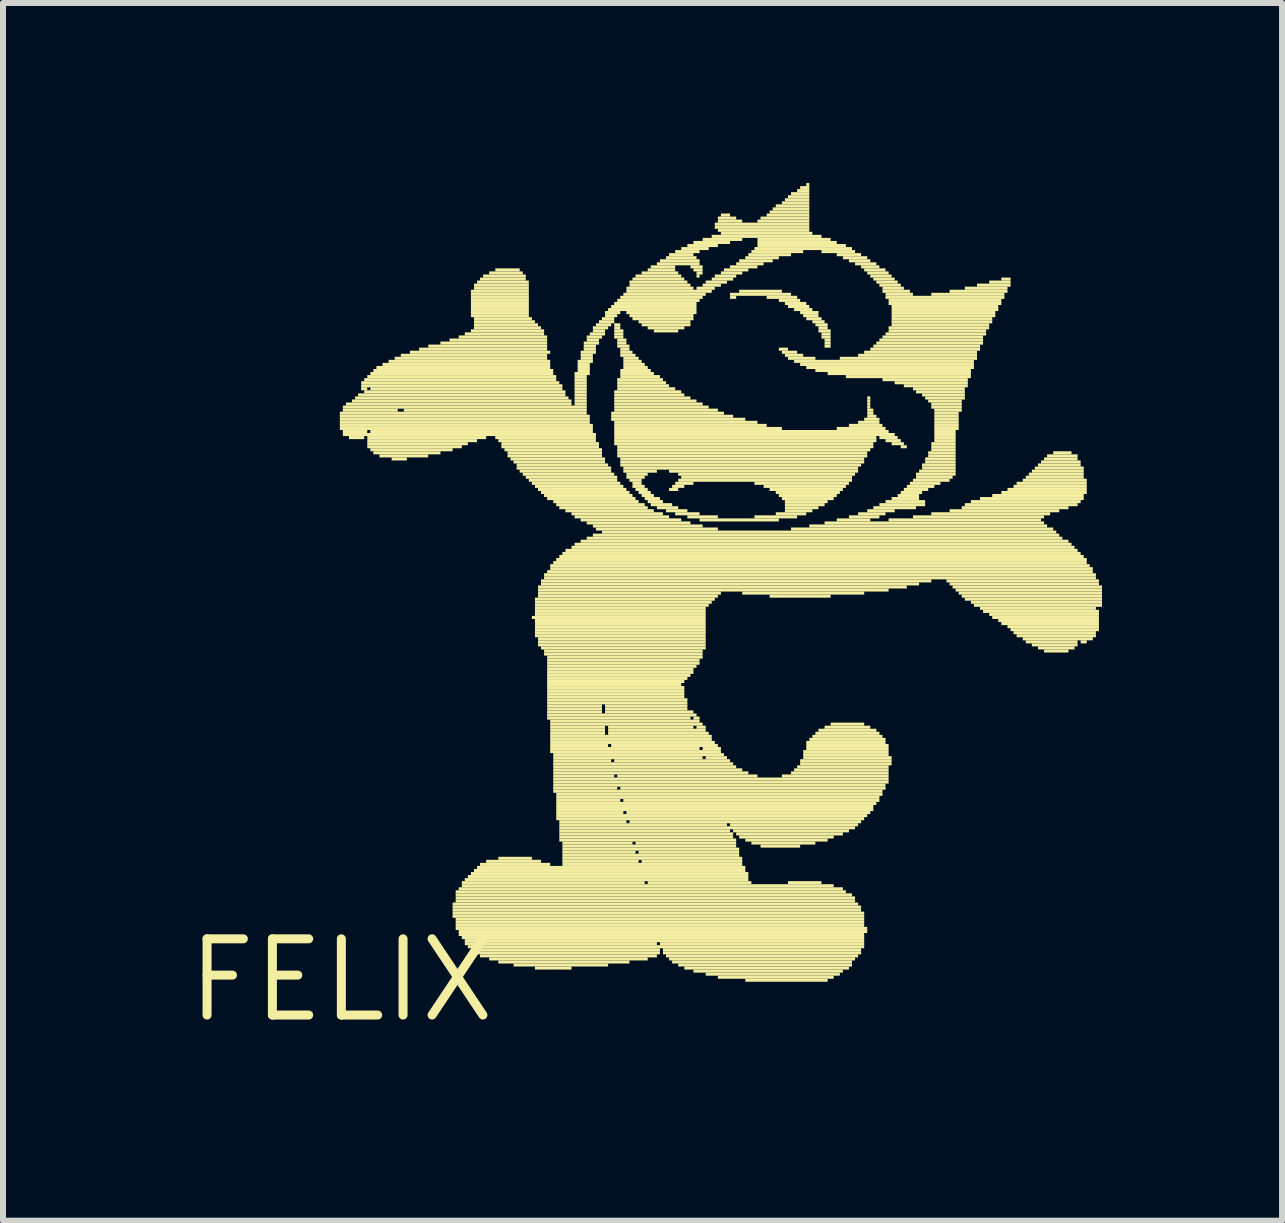
<source format=kicad_pcb>
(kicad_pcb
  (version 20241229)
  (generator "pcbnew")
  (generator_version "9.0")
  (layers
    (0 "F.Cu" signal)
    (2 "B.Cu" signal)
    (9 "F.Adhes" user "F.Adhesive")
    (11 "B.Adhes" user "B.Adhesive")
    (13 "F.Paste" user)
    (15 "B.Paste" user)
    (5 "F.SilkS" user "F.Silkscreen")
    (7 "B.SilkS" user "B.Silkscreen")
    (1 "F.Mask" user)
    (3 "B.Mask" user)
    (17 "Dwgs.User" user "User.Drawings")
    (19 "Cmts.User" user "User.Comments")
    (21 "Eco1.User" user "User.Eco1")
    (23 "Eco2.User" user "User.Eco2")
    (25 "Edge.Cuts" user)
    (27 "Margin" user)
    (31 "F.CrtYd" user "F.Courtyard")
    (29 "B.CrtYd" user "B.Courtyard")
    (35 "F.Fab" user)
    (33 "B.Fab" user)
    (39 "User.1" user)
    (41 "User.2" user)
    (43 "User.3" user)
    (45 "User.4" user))
  (footprint "FELIX"
    (layer "F.Cu")
    (at 2.638 13.284)
    (property "Reference" "FELIX" (at 0 0 0) (layer "F.SilkS") (effects (font (size 1.27 1.27) (thickness 0.15))))
    (attr through_hole)
    (fp_poly (pts (xy -0.025 -9.423) (xy 4.089 -9.423) (xy 4.089 -9.474) (xy -0.025 -9.474)) (stroke (width 0) (type solid)) (fill yes) (layer "F.SilkS"))
    (fp_poly (pts (xy -0.025 -9.373) (xy 4.14 -9.373) (xy 4.14 -9.423) (xy -0.025 -9.423)) (stroke (width 0) (type solid)) (fill yes) (layer "F.SilkS"))
    (fp_poly (pts (xy -0.025 -9.322) (xy 4.14 -9.322) (xy 4.14 -9.373) (xy -0.025 -9.373)) (stroke (width 0) (type solid)) (fill yes) (layer "F.SilkS"))
    (fp_poly (pts (xy -0.025 -9.271) (xy 4.14 -9.271) (xy 4.14 -9.322) (xy -0.025 -9.322)) (stroke (width 0) (type solid)) (fill yes) (layer "F.SilkS"))
    (fp_poly (pts (xy -0.025 -9.22) (xy 4.191 -9.22) (xy 4.191 -9.271) (xy -0.025 -9.271)) (stroke (width 0) (type solid)) (fill yes) (layer "F.SilkS"))
    (fp_poly (pts (xy -0.025 -9.169) (xy 4.191 -9.169) (xy 4.191 -9.22) (xy -0.025 -9.22)) (stroke (width 0) (type solid)) (fill yes) (layer "F.SilkS"))
    (fp_poly (pts (xy 0.025 -9.525) (xy 4.089 -9.525) (xy 4.089 -9.576) (xy 0.025 -9.576)) (stroke (width 0) (type solid)) (fill yes) (layer "F.SilkS"))
    (fp_poly (pts (xy 0.025 -9.474) (xy 0.94 -9.474) (xy 0.94 -9.525) (xy 0.025 -9.525)) (stroke (width 0) (type solid)) (fill yes) (layer "F.SilkS"))
    (fp_poly (pts (xy 0.025 -9.119) (xy 0.432 -9.119) (xy 0.432 -9.169) (xy 0.025 -9.169)) (stroke (width 0) (type solid)) (fill yes) (layer "F.SilkS"))
    (fp_poly (pts (xy 0.025 -9.068) (xy 4.242 -9.068) (xy 4.242 -9.119) (xy 0.025 -9.119)) (stroke (width 0) (type solid)) (fill yes) (layer "F.SilkS"))
    (fp_poly (pts (xy 0.076 -9.576) (xy 3.835 -9.576) (xy 3.835 -9.627) (xy 0.076 -9.627)) (stroke (width 0) (type solid)) (fill yes) (layer "F.SilkS"))
    (fp_poly (pts (xy 0.127 -9.017) (xy 0.381 -9.017) (xy 0.381 -9.068) (xy 0.127 -9.068)) (stroke (width 0) (type solid)) (fill yes) (layer "F.SilkS"))
    (fp_poly (pts (xy 0.178 -9.627) (xy 3.835 -9.627) (xy 3.835 -9.677) (xy 0.178 -9.677)) (stroke (width 0) (type solid)) (fill yes) (layer "F.SilkS"))
    (fp_poly (pts (xy 0.229 -9.677) (xy 3.785 -9.677) (xy 3.785 -9.728) (xy 0.229 -9.728)) (stroke (width 0) (type solid)) (fill yes) (layer "F.SilkS"))
    (fp_poly (pts (xy 0.279 -9.728) (xy 3.734 -9.728) (xy 3.734 -9.779) (xy 0.279 -9.779)) (stroke (width 0) (type solid)) (fill yes) (layer "F.SilkS"))
    (fp_poly (pts (xy 0.33 -9.931) (xy 3.632 -9.931) (xy 3.632 -9.982) (xy 0.33 -9.982)) (stroke (width 0) (type solid)) (fill yes) (layer "F.SilkS"))
    (fp_poly (pts (xy 0.33 -9.881) (xy 3.683 -9.881) (xy 3.683 -9.931) (xy 0.33 -9.931)) (stroke (width 0) (type solid)) (fill yes) (layer "F.SilkS"))
    (fp_poly (pts (xy 0.33 -9.83) (xy 0.432 -9.83) (xy 0.432 -9.881) (xy 0.33 -9.881)) (stroke (width 0) (type solid)) (fill yes) (layer "F.SilkS"))
    (fp_poly (pts (xy 0.381 -9.982) (xy 3.581 -9.982) (xy 3.581 -10.033) (xy 0.381 -10.033)) (stroke (width 0) (type solid)) (fill yes) (layer "F.SilkS"))
    (fp_poly (pts (xy 0.381 -9.779) (xy 3.734 -9.779) (xy 3.734 -9.83) (xy 0.381 -9.83)) (stroke (width 0) (type solid)) (fill yes) (layer "F.SilkS"))
    (fp_poly (pts (xy 0.432 -10.033) (xy 3.581 -10.033) (xy 3.581 -10.084) (xy 0.432 -10.084)) (stroke (width 0) (type solid)) (fill yes) (layer "F.SilkS"))
    (fp_poly (pts (xy 0.432 -9.017) (xy 2.413 -9.017) (xy 2.413 -9.068) (xy 0.432 -9.068)) (stroke (width 0) (type solid)) (fill yes) (layer "F.SilkS"))
    (fp_poly (pts (xy 0.432 -8.966) (xy 2.261 -8.966) (xy 2.261 -9.017) (xy 0.432 -9.017)) (stroke (width 0) (type solid)) (fill yes) (layer "F.SilkS"))
    (fp_poly (pts (xy 0.432 -8.915) (xy 2.108 -8.915) (xy 2.108 -8.966) (xy 0.432 -8.966)) (stroke (width 0) (type solid)) (fill yes) (layer "F.SilkS"))
    (fp_poly (pts (xy 0.432 -8.865) (xy 2.007 -8.865) (xy 2.007 -8.915) (xy 0.432 -8.915)) (stroke (width 0) (type solid)) (fill yes) (layer "F.SilkS"))
    (fp_poly (pts (xy 0.483 -10.084) (xy 3.531 -10.084) (xy 3.531 -10.135) (xy 0.483 -10.135)) (stroke (width 0) (type solid)) (fill yes) (layer "F.SilkS"))
    (fp_poly (pts (xy 0.483 -9.83) (xy 3.683 -9.83) (xy 3.683 -9.881) (xy 0.483 -9.881)) (stroke (width 0) (type solid)) (fill yes) (layer "F.SilkS"))
    (fp_poly (pts (xy 0.483 -9.119) (xy 4.191 -9.119) (xy 4.191 -9.169) (xy 0.483 -9.169)) (stroke (width 0) (type solid)) (fill yes) (layer "F.SilkS"))
    (fp_poly (pts (xy 0.483 -8.814) (xy 1.854 -8.814) (xy 1.854 -8.865) (xy 0.483 -8.865)) (stroke (width 0) (type solid)) (fill yes) (layer "F.SilkS"))
    (fp_poly (pts (xy 0.533 -10.135) (xy 3.531 -10.135) (xy 3.531 -10.185) (xy 0.533 -10.185)) (stroke (width 0) (type solid)) (fill yes) (layer "F.SilkS"))
    (fp_poly (pts (xy 0.533 -8.763) (xy 1.651 -8.763) (xy 1.651 -8.814) (xy 0.533 -8.814)) (stroke (width 0) (type solid)) (fill yes) (layer "F.SilkS"))
    (fp_poly (pts (xy 0.584 -10.185) (xy 3.48 -10.185) (xy 3.48 -10.236) (xy 0.584 -10.236)) (stroke (width 0) (type solid)) (fill yes) (layer "F.SilkS"))
    (fp_poly (pts (xy 0.635 -8.712) (xy 1.448 -8.712) (xy 1.448 -8.763) (xy 0.635 -8.763)) (stroke (width 0) (type solid)) (fill yes) (layer "F.SilkS"))
    (fp_poly (pts (xy 0.686 -10.236) (xy 3.48 -10.236) (xy 3.48 -10.287) (xy 0.686 -10.287)) (stroke (width 0) (type solid)) (fill yes) (layer "F.SilkS"))
    (fp_poly (pts (xy 0.787 -10.287) (xy 3.48 -10.287) (xy 3.48 -10.338) (xy 0.787 -10.338)) (stroke (width 0) (type solid)) (fill yes) (layer "F.SilkS"))
    (fp_poly (pts (xy 0.838 -8.661) (xy 1.092 -8.661) (xy 1.092 -8.712) (xy 0.838 -8.712)) (stroke (width 0) (type solid)) (fill yes) (layer "F.SilkS"))
    (fp_poly (pts (xy 0.889 -10.338) (xy 3.429 -10.338) (xy 3.429 -10.389) (xy 0.889 -10.389)) (stroke (width 0) (type solid)) (fill yes) (layer "F.SilkS"))
    (fp_poly (pts (xy 0.991 -10.389) (xy 3.429 -10.389) (xy 3.429 -10.439) (xy 0.991 -10.439)) (stroke (width 0) (type solid)) (fill yes) (layer "F.SilkS"))
    (fp_poly (pts (xy 1.041 -9.474) (xy 4.089 -9.474) (xy 4.089 -9.525) (xy 1.041 -9.525)) (stroke (width 0) (type solid)) (fill yes) (layer "F.SilkS"))
    (fp_poly (pts (xy 1.143 -10.439) (xy 3.48 -10.439) (xy 3.48 -10.49) (xy 1.143 -10.49)) (stroke (width 0) (type solid)) (fill yes) (layer "F.SilkS"))
    (fp_poly (pts (xy 1.295 -10.49) (xy 3.429 -10.49) (xy 3.429 -10.541) (xy 1.295 -10.541)) (stroke (width 0) (type solid)) (fill yes) (layer "F.SilkS"))
    (fp_poly (pts (xy 1.448 -10.541) (xy 3.429 -10.541) (xy 3.429 -10.592) (xy 1.448 -10.592)) (stroke (width 0) (type solid)) (fill yes) (layer "F.SilkS"))
    (fp_poly (pts (xy 1.651 -10.592) (xy 3.429 -10.592) (xy 3.429 -10.643) (xy 1.651 -10.643)) (stroke (width 0) (type solid)) (fill yes) (layer "F.SilkS"))
    (fp_poly (pts (xy 1.803 -10.643) (xy 3.429 -10.643) (xy 3.429 -10.693) (xy 1.803 -10.693)) (stroke (width 0) (type solid)) (fill yes) (layer "F.SilkS"))
    (fp_poly (pts (xy 1.854 -1.245) (xy 8.611 -1.245) (xy 8.611 -1.295) (xy 1.854 -1.295)) (stroke (width 0) (type solid)) (fill yes) (layer "F.SilkS"))
    (fp_poly (pts (xy 1.854 -1.194) (xy 8.661 -1.194) (xy 8.661 -1.245) (xy 1.854 -1.245)) (stroke (width 0) (type solid)) (fill yes) (layer "F.SilkS"))
    (fp_poly (pts (xy 1.854 -1.143) (xy 8.661 -1.143) (xy 8.661 -1.194) (xy 1.854 -1.194)) (stroke (width 0) (type solid)) (fill yes) (layer "F.SilkS"))
    (fp_poly (pts (xy 1.854 -1.092) (xy 8.712 -1.092) (xy 8.712 -1.143) (xy 1.854 -1.143)) (stroke (width 0) (type solid)) (fill yes) (layer "F.SilkS"))
    (fp_poly (pts (xy 1.854 -1.041) (xy 8.712 -1.041) (xy 8.712 -1.092) (xy 1.854 -1.092)) (stroke (width 0) (type solid)) (fill yes) (layer "F.SilkS"))
    (fp_poly (pts (xy 1.905 -1.448) (xy 8.407 -1.448) (xy 8.407 -1.499) (xy 1.905 -1.499)) (stroke (width 0) (type solid)) (fill yes) (layer "F.SilkS"))
    (fp_poly (pts (xy 1.905 -1.397) (xy 8.509 -1.397) (xy 8.509 -1.448) (xy 1.905 -1.448)) (stroke (width 0) (type solid)) (fill yes) (layer "F.SilkS"))
    (fp_poly (pts (xy 1.905 -1.346) (xy 8.56 -1.346) (xy 8.56 -1.397) (xy 1.905 -1.397)) (stroke (width 0) (type solid)) (fill yes) (layer "F.SilkS"))
    (fp_poly (pts (xy 1.905 -1.295) (xy 8.56 -1.295) (xy 8.56 -1.346) (xy 1.905 -1.346)) (stroke (width 0) (type solid)) (fill yes) (layer "F.SilkS"))
    (fp_poly (pts (xy 1.905 -0.991) (xy 8.712 -0.991) (xy 8.712 -1.041) (xy 1.905 -1.041)) (stroke (width 0) (type solid)) (fill yes) (layer "F.SilkS"))
    (fp_poly (pts (xy 1.905 -0.94) (xy 8.712 -0.94) (xy 8.712 -0.991) (xy 1.905 -0.991)) (stroke (width 0) (type solid)) (fill yes) (layer "F.SilkS"))
    (fp_poly (pts (xy 1.905 -0.889) (xy 8.712 -0.889) (xy 8.712 -0.94) (xy 1.905 -0.94)) (stroke (width 0) (type solid)) (fill yes) (layer "F.SilkS"))
    (fp_poly (pts (xy 1.905 -0.838) (xy 8.763 -0.838) (xy 8.763 -0.889) (xy 1.905 -0.889)) (stroke (width 0) (type solid)) (fill yes) (layer "F.SilkS"))
    (fp_poly (pts (xy 1.956 -10.693) (xy 3.429 -10.693) (xy 3.429 -10.744) (xy 1.956 -10.744)) (stroke (width 0) (type solid)) (fill yes) (layer "F.SilkS"))
    (fp_poly (pts (xy 1.956 -1.499) (xy 8.357 -1.499) (xy 8.357 -1.549) (xy 1.956 -1.549)) (stroke (width 0) (type solid)) (fill yes) (layer "F.SilkS"))
    (fp_poly (pts (xy 1.956 -0.787) (xy 8.763 -0.787) (xy 8.763 -0.838) (xy 1.956 -0.838)) (stroke (width 0) (type solid)) (fill yes) (layer "F.SilkS"))
    (fp_poly (pts (xy 1.956 -0.737) (xy 8.712 -0.737) (xy 8.712 -0.787) (xy 1.956 -0.787)) (stroke (width 0) (type solid)) (fill yes) (layer "F.SilkS"))
    (fp_poly (pts (xy 2.007 -1.6) (xy 5.055 -1.6) (xy 5.055 -1.651) (xy 2.007 -1.651)) (stroke (width 0) (type solid)) (fill yes) (layer "F.SilkS"))
    (fp_poly (pts (xy 2.007 -1.549) (xy 8.204 -1.549) (xy 8.204 -1.6) (xy 2.007 -1.6)) (stroke (width 0) (type solid)) (fill yes) (layer "F.SilkS"))
    (fp_poly (pts (xy 2.007 -0.686) (xy 8.712 -0.686) (xy 8.712 -0.737) (xy 2.007 -0.737)) (stroke (width 0) (type solid)) (fill yes) (layer "F.SilkS"))
    (fp_poly (pts (xy 2.057 -10.744) (xy 3.378 -10.744) (xy 3.378 -10.795) (xy 2.057 -10.795)) (stroke (width 0) (type solid)) (fill yes) (layer "F.SilkS"))
    (fp_poly (pts (xy 2.057 -1.651) (xy 6.782 -1.651) (xy 6.782 -1.702) (xy 2.057 -1.702)) (stroke (width 0) (type solid)) (fill yes) (layer "F.SilkS"))
    (fp_poly (pts (xy 2.057 -0.635) (xy 8.712 -0.635) (xy 8.712 -0.686) (xy 2.057 -0.686)) (stroke (width 0) (type solid)) (fill yes) (layer "F.SilkS"))
    (fp_poly (pts (xy 2.057 -0.584) (xy 5.258 -0.584) (xy 5.258 -0.635) (xy 2.057 -0.635)) (stroke (width 0) (type solid)) (fill yes) (layer "F.SilkS"))
    (fp_poly (pts (xy 2.108 -1.702) (xy 6.782 -1.702) (xy 6.782 -1.753) (xy 2.108 -1.753)) (stroke (width 0) (type solid)) (fill yes) (layer "F.SilkS"))
    (fp_poly (pts (xy 2.108 -0.533) (xy 8.712 -0.533) (xy 8.712 -0.584) (xy 2.108 -0.584)) (stroke (width 0) (type solid)) (fill yes) (layer "F.SilkS"))
    (fp_poly (pts (xy 2.159 -11.455) (xy 3.124 -11.455) (xy 3.124 -11.506) (xy 2.159 -11.506)) (stroke (width 0) (type solid)) (fill yes) (layer "F.SilkS"))
    (fp_poly (pts (xy 2.159 -11.405) (xy 3.124 -11.405) (xy 3.124 -11.455) (xy 2.159 -11.455)) (stroke (width 0) (type solid)) (fill yes) (layer "F.SilkS"))
    (fp_poly (pts (xy 2.159 -11.354) (xy 3.124 -11.354) (xy 3.124 -11.405) (xy 2.159 -11.405)) (stroke (width 0) (type solid)) (fill yes) (layer "F.SilkS"))
    (fp_poly (pts (xy 2.159 -11.303) (xy 3.124 -11.303) (xy 3.124 -11.354) (xy 2.159 -11.354)) (stroke (width 0) (type solid)) (fill yes) (layer "F.SilkS"))
    (fp_poly (pts (xy 2.159 -11.252) (xy 3.124 -11.252) (xy 3.124 -11.303) (xy 2.159 -11.303)) (stroke (width 0) (type solid)) (fill yes) (layer "F.SilkS"))
    (fp_poly (pts (xy 2.159 -11.201) (xy 3.124 -11.201) (xy 3.124 -11.252) (xy 2.159 -11.252)) (stroke (width 0) (type solid)) (fill yes) (layer "F.SilkS"))
    (fp_poly (pts (xy 2.159 -11.151) (xy 3.124 -11.151) (xy 3.124 -11.201) (xy 2.159 -11.201)) (stroke (width 0) (type solid)) (fill yes) (layer "F.SilkS"))
    (fp_poly (pts (xy 2.159 -11.1) (xy 3.124 -11.1) (xy 3.124 -11.151) (xy 2.159 -11.151)) (stroke (width 0) (type solid)) (fill yes) (layer "F.SilkS"))
    (fp_poly (pts (xy 2.159 -11.049) (xy 3.124 -11.049) (xy 3.124 -11.1) (xy 2.159 -11.1)) (stroke (width 0) (type solid)) (fill yes) (layer "F.SilkS"))
    (fp_poly (pts (xy 2.159 -10.795) (xy 3.378 -10.795) (xy 3.378 -10.846) (xy 2.159 -10.846)) (stroke (width 0) (type solid)) (fill yes) (layer "F.SilkS"))
    (fp_poly (pts (xy 2.159 -1.753) (xy 6.782 -1.753) (xy 6.782 -1.803) (xy 2.159 -1.803)) (stroke (width 0) (type solid)) (fill yes) (layer "F.SilkS"))
    (fp_poly (pts (xy 2.159 -0.483) (xy 5.309 -0.483) (xy 5.309 -0.533) (xy 2.159 -0.533)) (stroke (width 0) (type solid)) (fill yes) (layer "F.SilkS"))
    (fp_poly (pts (xy 2.21 -11.557) (xy 3.124 -11.557) (xy 3.124 -11.608) (xy 2.21 -11.608)) (stroke (width 0) (type solid)) (fill yes) (layer "F.SilkS"))
    (fp_poly (pts (xy 2.21 -11.506) (xy 3.124 -11.506) (xy 3.124 -11.557) (xy 2.21 -11.557)) (stroke (width 0) (type solid)) (fill yes) (layer "F.SilkS"))
    (fp_poly (pts (xy 2.21 -10.998) (xy 3.175 -10.998) (xy 3.175 -11.049) (xy 2.21 -11.049)) (stroke (width 0) (type solid)) (fill yes) (layer "F.SilkS"))
    (fp_poly (pts (xy 2.21 -10.947) (xy 3.226 -10.947) (xy 3.226 -10.998) (xy 2.21 -10.998)) (stroke (width 0) (type solid)) (fill yes) (layer "F.SilkS"))
    (fp_poly (pts (xy 2.21 -10.897) (xy 3.277 -10.897) (xy 3.277 -10.947) (xy 2.21 -10.947)) (stroke (width 0) (type solid)) (fill yes) (layer "F.SilkS"))
    (fp_poly (pts (xy 2.21 -10.846) (xy 3.327 -10.846) (xy 3.327 -10.897) (xy 2.21 -10.897)) (stroke (width 0) (type solid)) (fill yes) (layer "F.SilkS"))
    (fp_poly (pts (xy 2.21 -1.803) (xy 6.731 -1.803) (xy 6.731 -1.854) (xy 2.21 -1.854)) (stroke (width 0) (type solid)) (fill yes) (layer "F.SilkS"))
    (fp_poly (pts (xy 2.261 -11.608) (xy 3.124 -11.608) (xy 3.124 -11.659) (xy 2.261 -11.659)) (stroke (width 0) (type solid)) (fill yes) (layer "F.SilkS"))
    (fp_poly (pts (xy 2.261 -1.854) (xy 6.731 -1.854) (xy 6.731 -1.905) (xy 2.261 -1.905)) (stroke (width 0) (type solid)) (fill yes) (layer "F.SilkS"))
    (fp_poly (pts (xy 2.261 -0.432) (xy 5.309 -0.432) (xy 5.309 -0.483) (xy 2.261 -0.483)) (stroke (width 0) (type solid)) (fill yes) (layer "F.SilkS"))
    (fp_poly (pts (xy 2.311 -11.659) (xy 3.073 -11.659) (xy 3.073 -11.709) (xy 2.311 -11.709)) (stroke (width 0) (type solid)) (fill yes) (layer "F.SilkS"))
    (fp_poly (pts (xy 2.311 -1.905) (xy 3.48 -1.905) (xy 3.48 -1.956) (xy 2.311 -1.956)) (stroke (width 0) (type solid)) (fill yes) (layer "F.SilkS"))
    (fp_poly (pts (xy 2.311 -0.381) (xy 5.258 -0.381) (xy 5.258 -0.432) (xy 2.311 -0.432)) (stroke (width 0) (type solid)) (fill yes) (layer "F.SilkS"))
    (fp_poly (pts (xy 2.362 -11.709) (xy 3.073 -11.709) (xy 3.073 -11.76) (xy 2.362 -11.76)) (stroke (width 0) (type solid)) (fill yes) (layer "F.SilkS"))
    (fp_poly (pts (xy 2.413 -1.956) (xy 3.327 -1.956) (xy 3.327 -2.007) (xy 2.413 -2.007)) (stroke (width 0) (type solid)) (fill yes) (layer "F.SilkS"))
    (fp_poly (pts (xy 2.464 -11.76) (xy 3.023 -11.76) (xy 3.023 -11.811) (xy 2.464 -11.811)) (stroke (width 0) (type solid)) (fill yes) (layer "F.SilkS"))
    (fp_poly (pts (xy 2.464 -0.33) (xy 5.105 -0.33) (xy 5.105 -0.381) (xy 2.464 -0.381)) (stroke (width 0) (type solid)) (fill yes) (layer "F.SilkS"))
    (fp_poly (pts (xy 2.565 -11.811) (xy 2.972 -11.811) (xy 2.972 -11.862) (xy 2.565 -11.862)) (stroke (width 0) (type solid)) (fill yes) (layer "F.SilkS"))
    (fp_poly (pts (xy 2.565 -9.017) (xy 4.242 -9.017) (xy 4.242 -9.068) (xy 2.565 -9.068)) (stroke (width 0) (type solid)) (fill yes) (layer "F.SilkS"))
    (fp_poly (pts (xy 2.616 -8.966) (xy 4.242 -8.966) (xy 4.242 -9.017) (xy 2.616 -9.017)) (stroke (width 0) (type solid)) (fill yes) (layer "F.SilkS"))
    (fp_poly (pts (xy 2.616 -2.007) (xy 3.175 -2.007) (xy 3.175 -2.057) (xy 2.616 -2.057)) (stroke (width 0) (type solid)) (fill yes) (layer "F.SilkS"))
    (fp_poly (pts (xy 2.616 -0.279) (xy 4.801 -0.279) (xy 4.801 -0.33) (xy 2.616 -0.33)) (stroke (width 0) (type solid)) (fill yes) (layer "F.SilkS"))
    (fp_poly (pts (xy 2.667 -8.915) (xy 4.293 -8.915) (xy 4.293 -8.966) (xy 2.667 -8.966)) (stroke (width 0) (type solid)) (fill yes) (layer "F.SilkS"))
    (fp_poly (pts (xy 2.667 -8.865) (xy 4.293 -8.865) (xy 4.293 -8.915) (xy 2.667 -8.915)) (stroke (width 0) (type solid)) (fill yes) (layer "F.SilkS"))
    (fp_poly (pts (xy 2.718 -8.814) (xy 4.343 -8.814) (xy 4.343 -8.865) (xy 2.718 -8.865)) (stroke (width 0) (type solid)) (fill yes) (layer "F.SilkS"))
    (fp_poly (pts (xy 2.769 -8.763) (xy 4.343 -8.763) (xy 4.343 -8.814) (xy 2.769 -8.814)) (stroke (width 0) (type solid)) (fill yes) (layer "F.SilkS"))
    (fp_poly (pts (xy 2.769 -8.712) (xy 4.343 -8.712) (xy 4.343 -8.763) (xy 2.769 -8.763)) (stroke (width 0) (type solid)) (fill yes) (layer "F.SilkS"))
    (fp_poly (pts (xy 2.819 -8.661) (xy 4.394 -8.661) (xy 4.394 -8.712) (xy 2.819 -8.712)) (stroke (width 0) (type solid)) (fill yes) (layer "F.SilkS"))
    (fp_poly (pts (xy 2.87 -8.611) (xy 4.394 -8.611) (xy 4.394 -8.661) (xy 2.87 -8.661)) (stroke (width 0) (type solid)) (fill yes) (layer "F.SilkS"))
    (fp_poly (pts (xy 2.87 -0.229) (xy 4.445 -0.229) (xy 4.445 -0.279) (xy 2.87 -0.279)) (stroke (width 0) (type solid)) (fill yes) (layer "F.SilkS"))
    (fp_poly (pts (xy 2.921 -8.56) (xy 4.445 -8.56) (xy 4.445 -8.611) (xy 2.921 -8.611)) (stroke (width 0) (type solid)) (fill yes) (layer "F.SilkS"))
    (fp_poly (pts (xy 2.921 -8.509) (xy 4.496 -8.509) (xy 4.496 -8.56) (xy 2.921 -8.56)) (stroke (width 0) (type solid)) (fill yes) (layer "F.SilkS"))
    (fp_poly (pts (xy 2.972 -8.458) (xy 4.496 -8.458) (xy 4.496 -8.509) (xy 2.972 -8.509)) (stroke (width 0) (type solid)) (fill yes) (layer "F.SilkS"))
    (fp_poly (pts (xy 3.023 -8.407) (xy 4.547 -8.407) (xy 4.547 -8.458) (xy 3.023 -8.458)) (stroke (width 0) (type solid)) (fill yes) (layer "F.SilkS"))
    (fp_poly (pts (xy 3.073 -8.357) (xy 4.597 -8.357) (xy 4.597 -8.407) (xy 3.073 -8.407)) (stroke (width 0) (type solid)) (fill yes) (layer "F.SilkS"))
    (fp_poly (pts (xy 3.124 -8.306) (xy 4.597 -8.306) (xy 4.597 -8.357) (xy 3.124 -8.357)) (stroke (width 0) (type solid)) (fill yes) (layer "F.SilkS"))
    (fp_poly (pts (xy 3.175 -8.255) (xy 4.648 -8.255) (xy 4.648 -8.306) (xy 3.175 -8.306)) (stroke (width 0) (type solid)) (fill yes) (layer "F.SilkS"))
    (fp_poly (pts (xy 3.175 -6.02) (xy 6.071 -6.02) (xy 6.071 -6.071) (xy 3.175 -6.071)) (stroke (width 0) (type solid)) (fill yes) (layer "F.SilkS"))
    (fp_poly (pts (xy 3.226 -8.204) (xy 4.699 -8.204) (xy 4.699 -8.255) (xy 3.226 -8.255)) (stroke (width 0) (type solid)) (fill yes) (layer "F.SilkS"))
    (fp_poly (pts (xy 3.226 -6.325) (xy 6.223 -6.325) (xy 6.223 -6.375) (xy 3.226 -6.375)) (stroke (width 0) (type solid)) (fill yes) (layer "F.SilkS"))
    (fp_poly (pts (xy 3.226 -6.274) (xy 6.172 -6.274) (xy 6.172 -6.325) (xy 3.226 -6.325)) (stroke (width 0) (type solid)) (fill yes) (layer "F.SilkS"))
    (fp_poly (pts (xy 3.226 -6.223) (xy 6.121 -6.223) (xy 6.121 -6.274) (xy 3.226 -6.274)) (stroke (width 0) (type solid)) (fill yes) (layer "F.SilkS"))
    (fp_poly (pts (xy 3.226 -6.172) (xy 6.071 -6.172) (xy 6.071 -6.223) (xy 3.226 -6.223)) (stroke (width 0) (type solid)) (fill yes) (layer "F.SilkS"))
    (fp_poly (pts (xy 3.226 -6.121) (xy 6.071 -6.121) (xy 6.071 -6.172) (xy 3.226 -6.172)) (stroke (width 0) (type solid)) (fill yes) (layer "F.SilkS"))
    (fp_poly (pts (xy 3.226 -6.071) (xy 6.071 -6.071) (xy 6.071 -6.121) (xy 3.226 -6.121)) (stroke (width 0) (type solid)) (fill yes) (layer "F.SilkS"))
    (fp_poly (pts (xy 3.226 -5.969) (xy 6.071 -5.969) (xy 6.071 -6.02) (xy 3.226 -6.02)) (stroke (width 0) (type solid)) (fill yes) (layer "F.SilkS"))
    (fp_poly (pts (xy 3.226 -5.918) (xy 6.071 -5.918) (xy 6.071 -5.969) (xy 3.226 -5.969)) (stroke (width 0) (type solid)) (fill yes) (layer "F.SilkS"))
    (fp_poly (pts (xy 3.226 -5.867) (xy 6.071 -5.867) (xy 6.071 -5.918) (xy 3.226 -5.918)) (stroke (width 0) (type solid)) (fill yes) (layer "F.SilkS"))
    (fp_poly (pts (xy 3.226 -5.817) (xy 6.071 -5.817) (xy 6.071 -5.867) (xy 3.226 -5.867)) (stroke (width 0) (type solid)) (fill yes) (layer "F.SilkS"))
    (fp_poly (pts (xy 3.226 -5.766) (xy 6.071 -5.766) (xy 6.071 -5.817) (xy 3.226 -5.817)) (stroke (width 0) (type solid)) (fill yes) (layer "F.SilkS"))
    (fp_poly (pts (xy 3.226 -5.715) (xy 6.071 -5.715) (xy 6.071 -5.766) (xy 3.226 -5.766)) (stroke (width 0) (type solid)) (fill yes) (layer "F.SilkS"))
    (fp_poly (pts (xy 3.226 -0.178) (xy 3.835 -0.178) (xy 3.835 -0.229) (xy 3.226 -0.229)) (stroke (width 0) (type solid)) (fill yes) (layer "F.SilkS"))
    (fp_poly (pts (xy 3.277 -8.153) (xy 4.75 -8.153) (xy 4.75 -8.204) (xy 3.277 -8.204)) (stroke (width 0) (type solid)) (fill yes) (layer "F.SilkS"))
    (fp_poly (pts (xy 3.277 -6.528) (xy 9.423 -6.528) (xy 9.423 -6.579) (xy 3.277 -6.579)) (stroke (width 0) (type solid)) (fill yes) (layer "F.SilkS"))
    (fp_poly (pts (xy 3.277 -6.477) (xy 9.119 -6.477) (xy 9.119 -6.528) (xy 3.277 -6.528)) (stroke (width 0) (type solid)) (fill yes) (layer "F.SilkS"))
    (fp_poly (pts (xy 3.277 -6.426) (xy 6.325 -6.426) (xy 6.325 -6.477) (xy 3.277 -6.477)) (stroke (width 0) (type solid)) (fill yes) (layer "F.SilkS"))
    (fp_poly (pts (xy 3.277 -6.375) (xy 6.274 -6.375) (xy 6.274 -6.426) (xy 3.277 -6.426)) (stroke (width 0) (type solid)) (fill yes) (layer "F.SilkS"))
    (fp_poly (pts (xy 3.277 -5.664) (xy 6.071 -5.664) (xy 6.071 -5.715) (xy 3.277 -5.715)) (stroke (width 0) (type solid)) (fill yes) (layer "F.SilkS"))
    (fp_poly (pts (xy 3.277 -5.613) (xy 6.071 -5.613) (xy 6.071 -5.664) (xy 3.277 -5.664)) (stroke (width 0) (type solid)) (fill yes) (layer "F.SilkS"))
    (fp_poly (pts (xy 3.277 -5.563) (xy 6.071 -5.563) (xy 6.071 -5.613) (xy 3.277 -5.613)) (stroke (width 0) (type solid)) (fill yes) (layer "F.SilkS"))
    (fp_poly (pts (xy 3.327 -8.103) (xy 4.801 -8.103) (xy 4.801 -8.153) (xy 3.327 -8.153)) (stroke (width 0) (type solid)) (fill yes) (layer "F.SilkS"))
    (fp_poly (pts (xy 3.327 -6.629) (xy 9.83 -6.629) (xy 9.83 -6.68) (xy 3.327 -6.68)) (stroke (width 0) (type solid)) (fill yes) (layer "F.SilkS"))
    (fp_poly (pts (xy 3.327 -6.579) (xy 9.627 -6.579) (xy 9.627 -6.629) (xy 3.327 -6.629)) (stroke (width 0) (type solid)) (fill yes) (layer "F.SilkS"))
    (fp_poly (pts (xy 3.327 -5.512) (xy 6.071 -5.512) (xy 6.071 -5.563) (xy 3.327 -5.563)) (stroke (width 0) (type solid)) (fill yes) (layer "F.SilkS"))
    (fp_poly (pts (xy 3.378 -8.052) (xy 4.851 -8.052) (xy 4.851 -8.103) (xy 3.378 -8.103)) (stroke (width 0) (type solid)) (fill yes) (layer "F.SilkS"))
    (fp_poly (pts (xy 3.378 -6.731) (xy 12.573 -6.731) (xy 12.573 -6.782) (xy 3.378 -6.782)) (stroke (width 0) (type solid)) (fill yes) (layer "F.SilkS"))
    (fp_poly (pts (xy 3.378 -6.68) (xy 12.573 -6.68) (xy 12.573 -6.731) (xy 3.378 -6.731)) (stroke (width 0) (type solid)) (fill yes) (layer "F.SilkS"))
    (fp_poly (pts (xy 3.378 -5.461) (xy 6.02 -5.461) (xy 6.02 -5.512) (xy 3.378 -5.512)) (stroke (width 0) (type solid)) (fill yes) (layer "F.SilkS"))
    (fp_poly (pts (xy 3.378 -5.41) (xy 6.02 -5.41) (xy 6.02 -5.461) (xy 3.378 -5.461)) (stroke (width 0) (type solid)) (fill yes) (layer "F.SilkS"))
    (fp_poly (pts (xy 3.429 -8.001) (xy 4.902 -8.001) (xy 4.902 -8.052) (xy 3.429 -8.052)) (stroke (width 0) (type solid)) (fill yes) (layer "F.SilkS"))
    (fp_poly (pts (xy 3.429 -6.782) (xy 12.522 -6.782) (xy 12.522 -6.833) (xy 3.429 -6.833)) (stroke (width 0) (type solid)) (fill yes) (layer "F.SilkS"))
    (fp_poly (pts (xy 3.429 -5.359) (xy 6.02 -5.359) (xy 6.02 -5.41) (xy 3.429 -5.41)) (stroke (width 0) (type solid)) (fill yes) (layer "F.SilkS"))
    (fp_poly (pts (xy 3.429 -5.309) (xy 5.969 -5.309) (xy 5.969 -5.359) (xy 3.429 -5.359)) (stroke (width 0) (type solid)) (fill yes) (layer "F.SilkS"))
    (fp_poly (pts (xy 3.429 -5.258) (xy 5.969 -5.258) (xy 5.969 -5.309) (xy 3.429 -5.309)) (stroke (width 0) (type solid)) (fill yes) (layer "F.SilkS"))
    (fp_poly (pts (xy 3.429 -5.207) (xy 5.918 -5.207) (xy 5.918 -5.258) (xy 3.429 -5.258)) (stroke (width 0) (type solid)) (fill yes) (layer "F.SilkS"))
    (fp_poly (pts (xy 3.429 -5.156) (xy 5.867 -5.156) (xy 5.867 -5.207) (xy 3.429 -5.207)) (stroke (width 0) (type solid)) (fill yes) (layer "F.SilkS"))
    (fp_poly (pts (xy 3.429 -5.105) (xy 5.867 -5.105) (xy 5.867 -5.156) (xy 3.429 -5.156)) (stroke (width 0) (type solid)) (fill yes) (layer "F.SilkS"))
    (fp_poly (pts (xy 3.429 -5.055) (xy 5.817 -5.055) (xy 5.817 -5.105) (xy 3.429 -5.105)) (stroke (width 0) (type solid)) (fill yes) (layer "F.SilkS"))
    (fp_poly (pts (xy 3.429 -5.004) (xy 5.766 -5.004) (xy 5.766 -5.055) (xy 3.429 -5.055)) (stroke (width 0) (type solid)) (fill yes) (layer "F.SilkS"))
    (fp_poly (pts (xy 3.429 -4.953) (xy 5.715 -4.953) (xy 5.715 -5.004) (xy 3.429 -5.004)) (stroke (width 0) (type solid)) (fill yes) (layer "F.SilkS"))
    (fp_poly (pts (xy 3.429 -4.902) (xy 5.664 -4.902) (xy 5.664 -4.953) (xy 3.429 -4.953)) (stroke (width 0) (type solid)) (fill yes) (layer "F.SilkS"))
    (fp_poly (pts (xy 3.429 -4.851) (xy 5.715 -4.851) (xy 5.715 -4.902) (xy 3.429 -4.902)) (stroke (width 0) (type solid)) (fill yes) (layer "F.SilkS"))
    (fp_poly (pts (xy 3.429 -4.801) (xy 5.715 -4.801) (xy 5.715 -4.851) (xy 3.429 -4.851)) (stroke (width 0) (type solid)) (fill yes) (layer "F.SilkS"))
    (fp_poly (pts (xy 3.429 -4.75) (xy 5.715 -4.75) (xy 5.715 -4.801) (xy 3.429 -4.801)) (stroke (width 0) (type solid)) (fill yes) (layer "F.SilkS"))
    (fp_poly (pts (xy 3.429 -4.699) (xy 5.715 -4.699) (xy 5.715 -4.75) (xy 3.429 -4.75)) (stroke (width 0) (type solid)) (fill yes) (layer "F.SilkS"))
    (fp_poly (pts (xy 3.429 -4.648) (xy 5.766 -4.648) (xy 5.766 -4.699) (xy 3.429 -4.699)) (stroke (width 0) (type solid)) (fill yes) (layer "F.SilkS"))
    (fp_poly (pts (xy 3.429 -4.597) (xy 5.766 -4.597) (xy 5.766 -4.648) (xy 3.429 -4.648)) (stroke (width 0) (type solid)) (fill yes) (layer "F.SilkS"))
    (fp_poly (pts (xy 3.429 -4.547) (xy 4.343 -4.547) (xy 4.343 -4.597) (xy 3.429 -4.597)) (stroke (width 0) (type solid)) (fill yes) (layer "F.SilkS"))
    (fp_poly (pts (xy 3.429 -4.496) (xy 4.343 -4.496) (xy 4.343 -4.547) (xy 3.429 -4.547)) (stroke (width 0) (type solid)) (fill yes) (layer "F.SilkS"))
    (fp_poly (pts (xy 3.429 -4.445) (xy 4.343 -4.445) (xy 4.343 -4.496) (xy 3.429 -4.496)) (stroke (width 0) (type solid)) (fill yes) (layer "F.SilkS"))
    (fp_poly (pts (xy 3.429 -4.394) (xy 5.918 -4.394) (xy 5.918 -4.445) (xy 3.429 -4.445)) (stroke (width 0) (type solid)) (fill yes) (layer "F.SilkS"))
    (fp_poly (pts (xy 3.429 -4.343) (xy 5.817 -4.343) (xy 5.817 -4.394) (xy 3.429 -4.394)) (stroke (width 0) (type solid)) (fill yes) (layer "F.SilkS"))
    (fp_poly (pts (xy 3.48 -6.883) (xy 12.471 -6.883) (xy 12.471 -6.934) (xy 3.48 -6.934)) (stroke (width 0) (type solid)) (fill yes) (layer "F.SilkS"))
    (fp_poly (pts (xy 3.48 -6.833) (xy 12.522 -6.833) (xy 12.522 -6.883) (xy 3.48 -6.883)) (stroke (width 0) (type solid)) (fill yes) (layer "F.SilkS"))
    (fp_poly (pts (xy 3.48 -4.293) (xy 5.969 -4.293) (xy 5.969 -4.343) (xy 3.48 -4.343)) (stroke (width 0) (type solid)) (fill yes) (layer "F.SilkS"))
    (fp_poly (pts (xy 3.48 -4.242) (xy 6.02 -4.242) (xy 6.02 -4.293) (xy 3.48 -4.293)) (stroke (width 0) (type solid)) (fill yes) (layer "F.SilkS"))
    (fp_poly (pts (xy 3.48 -4.191) (xy 4.394 -4.191) (xy 4.394 -4.242) (xy 3.48 -4.242)) (stroke (width 0) (type solid)) (fill yes) (layer "F.SilkS"))
    (fp_poly (pts (xy 3.48 -4.14) (xy 4.394 -4.14) (xy 4.394 -4.191) (xy 3.48 -4.191)) (stroke (width 0) (type solid)) (fill yes) (layer "F.SilkS"))
    (fp_poly (pts (xy 3.48 -4.089) (xy 4.394 -4.089) (xy 4.394 -4.14) (xy 3.48 -4.14)) (stroke (width 0) (type solid)) (fill yes) (layer "F.SilkS"))
    (fp_poly (pts (xy 3.48 -4.039) (xy 6.172 -4.039) (xy 6.172 -4.089) (xy 3.48 -4.089)) (stroke (width 0) (type solid)) (fill yes) (layer "F.SilkS"))
    (fp_poly (pts (xy 3.48 -3.988) (xy 6.172 -3.988) (xy 6.172 -4.039) (xy 3.48 -4.039)) (stroke (width 0) (type solid)) (fill yes) (layer "F.SilkS"))
    (fp_poly (pts (xy 3.48 -3.937) (xy 6.223 -3.937) (xy 6.223 -3.988) (xy 3.48 -3.988)) (stroke (width 0) (type solid)) (fill yes) (layer "F.SilkS"))
    (fp_poly (pts (xy 3.48 -3.886) (xy 4.445 -3.886) (xy 4.445 -3.937) (xy 3.48 -3.937)) (stroke (width 0) (type solid)) (fill yes) (layer "F.SilkS"))
    (fp_poly (pts (xy 3.48 -3.835) (xy 5.969 -3.835) (xy 5.969 -3.886) (xy 3.48 -3.886)) (stroke (width 0) (type solid)) (fill yes) (layer "F.SilkS"))
    (fp_poly (pts (xy 3.48 -3.785) (xy 6.325 -3.785) (xy 6.325 -3.835) (xy 3.48 -3.835)) (stroke (width 0) (type solid)) (fill yes) (layer "F.SilkS"))
    (fp_poly (pts (xy 3.531 -7.95) (xy 4.953 -7.95) (xy 4.953 -8.001) (xy 3.531 -8.001)) (stroke (width 0) (type solid)) (fill yes) (layer "F.SilkS"))
    (fp_poly (pts (xy 3.531 -6.934) (xy 12.421 -6.934) (xy 12.421 -6.985) (xy 3.531 -6.985)) (stroke (width 0) (type solid)) (fill yes) (layer "F.SilkS"))
    (fp_poly (pts (xy 3.531 -3.734) (xy 6.375 -3.734) (xy 6.375 -3.785) (xy 3.531 -3.785)) (stroke (width 0) (type solid)) (fill yes) (layer "F.SilkS"))
    (fp_poly (pts (xy 3.531 -3.683) (xy 6.02 -3.683) (xy 6.02 -3.734) (xy 3.531 -3.734)) (stroke (width 0) (type solid)) (fill yes) (layer "F.SilkS"))
    (fp_poly (pts (xy 3.531 -3.632) (xy 4.496 -3.632) (xy 4.496 -3.683) (xy 3.531 -3.683)) (stroke (width 0) (type solid)) (fill yes) (layer "F.SilkS"))
    (fp_poly (pts (xy 3.531 -3.581) (xy 6.528 -3.581) (xy 6.528 -3.632) (xy 3.531 -3.632)) (stroke (width 0) (type solid)) (fill yes) (layer "F.SilkS"))
    (fp_poly (pts (xy 3.531 -3.531) (xy 6.579 -3.531) (xy 6.579 -3.581) (xy 3.531 -3.581)) (stroke (width 0) (type solid)) (fill yes) (layer "F.SilkS"))
    (fp_poly (pts (xy 3.531 -3.48) (xy 6.68 -3.48) (xy 6.68 -3.531) (xy 3.531 -3.531)) (stroke (width 0) (type solid)) (fill yes) (layer "F.SilkS"))
    (fp_poly (pts (xy 3.531 -3.429) (xy 6.782 -3.429) (xy 6.782 -3.48) (xy 3.531 -3.48)) (stroke (width 0) (type solid)) (fill yes) (layer "F.SilkS"))
    (fp_poly (pts (xy 3.531 -3.378) (xy 4.547 -3.378) (xy 4.547 -3.429) (xy 3.531 -3.429)) (stroke (width 0) (type solid)) (fill yes) (layer "F.SilkS"))
    (fp_poly (pts (xy 3.531 -3.327) (xy 9.119 -3.327) (xy 9.119 -3.378) (xy 3.531 -3.378)) (stroke (width 0) (type solid)) (fill yes) (layer "F.SilkS"))
    (fp_poly (pts (xy 3.531 -3.277) (xy 9.119 -3.277) (xy 9.119 -3.327) (xy 3.531 -3.327)) (stroke (width 0) (type solid)) (fill yes) (layer "F.SilkS"))
    (fp_poly (pts (xy 3.531 -3.226) (xy 9.068 -3.226) (xy 9.068 -3.277) (xy 3.531 -3.277)) (stroke (width 0) (type solid)) (fill yes) (layer "F.SilkS"))
    (fp_poly (pts (xy 3.531 -3.175) (xy 4.597 -3.175) (xy 4.597 -3.226) (xy 3.531 -3.226)) (stroke (width 0) (type solid)) (fill yes) (layer "F.SilkS"))
    (fp_poly (pts (xy 3.531 -3.124) (xy 9.017 -3.124) (xy 9.017 -3.175) (xy 3.531 -3.175)) (stroke (width 0) (type solid)) (fill yes) (layer "F.SilkS"))
    (fp_poly (pts (xy 3.581 -7.899) (xy 5.055 -7.899) (xy 5.055 -7.95) (xy 3.581 -7.95)) (stroke (width 0) (type solid)) (fill yes) (layer "F.SilkS"))
    (fp_poly (pts (xy 3.581 -6.985) (xy 12.421 -6.985) (xy 12.421 -7.036) (xy 3.581 -7.036)) (stroke (width 0) (type solid)) (fill yes) (layer "F.SilkS"))
    (fp_poly (pts (xy 3.581 -3.073) (xy 9.017 -3.073) (xy 9.017 -3.124) (xy 3.581 -3.124)) (stroke (width 0) (type solid)) (fill yes) (layer "F.SilkS"))
    (fp_poly (pts (xy 3.581 -3.023) (xy 8.966 -3.023) (xy 8.966 -3.073) (xy 3.581 -3.073)) (stroke (width 0) (type solid)) (fill yes) (layer "F.SilkS"))
    (fp_poly (pts (xy 3.581 -2.972) (xy 4.648 -2.972) (xy 4.648 -3.023) (xy 3.581 -3.023)) (stroke (width 0) (type solid)) (fill yes) (layer "F.SilkS"))
    (fp_poly (pts (xy 3.581 -2.921) (xy 8.915 -2.921) (xy 8.915 -2.972) (xy 3.581 -2.972)) (stroke (width 0) (type solid)) (fill yes) (layer "F.SilkS"))
    (fp_poly (pts (xy 3.581 -2.87) (xy 8.865 -2.87) (xy 8.865 -2.921) (xy 3.581 -2.921)) (stroke (width 0) (type solid)) (fill yes) (layer "F.SilkS"))
    (fp_poly (pts (xy 3.581 -2.819) (xy 8.865 -2.819) (xy 8.865 -2.87) (xy 3.581 -2.87)) (stroke (width 0) (type solid)) (fill yes) (layer "F.SilkS"))
    (fp_poly (pts (xy 3.581 -2.769) (xy 4.699 -2.769) (xy 4.699 -2.819) (xy 3.581 -2.819)) (stroke (width 0) (type solid)) (fill yes) (layer "F.SilkS"))
    (fp_poly (pts (xy 3.581 -2.718) (xy 8.763 -2.718) (xy 8.763 -2.769) (xy 3.581 -2.769)) (stroke (width 0) (type solid)) (fill yes) (layer "F.SilkS"))
    (fp_poly (pts (xy 3.581 -2.667) (xy 8.712 -2.667) (xy 8.712 -2.718) (xy 3.581 -2.718)) (stroke (width 0) (type solid)) (fill yes) (layer "F.SilkS"))
    (fp_poly (pts (xy 3.632 -7.849) (xy 5.105 -7.849) (xy 5.105 -7.899) (xy 3.632 -7.899)) (stroke (width 0) (type solid)) (fill yes) (layer "F.SilkS"))
    (fp_poly (pts (xy 3.632 -7.036) (xy 12.37 -7.036) (xy 12.37 -7.087) (xy 3.632 -7.087)) (stroke (width 0) (type solid)) (fill yes) (layer "F.SilkS"))
    (fp_poly (pts (xy 3.632 -2.616) (xy 4.75 -2.616) (xy 4.75 -2.667) (xy 3.632 -2.667)) (stroke (width 0) (type solid)) (fill yes) (layer "F.SilkS"))
    (fp_poly (pts (xy 3.632 -2.565) (xy 6.426 -2.565) (xy 6.426 -2.616) (xy 3.632 -2.616)) (stroke (width 0) (type solid)) (fill yes) (layer "F.SilkS"))
    (fp_poly (pts (xy 3.632 -2.515) (xy 8.56 -2.515) (xy 8.56 -2.565) (xy 3.632 -2.565)) (stroke (width 0) (type solid)) (fill yes) (layer "F.SilkS"))
    (fp_poly (pts (xy 3.632 -2.464) (xy 6.477 -2.464) (xy 6.477 -2.515) (xy 3.632 -2.515)) (stroke (width 0) (type solid)) (fill yes) (layer "F.SilkS"))
    (fp_poly (pts (xy 3.632 -2.413) (xy 6.528 -2.413) (xy 6.528 -2.464) (xy 3.632 -2.464)) (stroke (width 0) (type solid)) (fill yes) (layer "F.SilkS"))
    (fp_poly (pts (xy 3.632 -2.362) (xy 6.528 -2.362) (xy 6.528 -2.413) (xy 3.632 -2.413)) (stroke (width 0) (type solid)) (fill yes) (layer "F.SilkS"))
    (fp_poly (pts (xy 3.632 -2.311) (xy 6.579 -2.311) (xy 6.579 -2.362) (xy 3.632 -2.362)) (stroke (width 0) (type solid)) (fill yes) (layer "F.SilkS"))
    (fp_poly (pts (xy 3.683 -7.087) (xy 12.319 -7.087) (xy 12.319 -7.137) (xy 3.683 -7.137)) (stroke (width 0) (type solid)) (fill yes) (layer "F.SilkS"))
    (fp_poly (pts (xy 3.683 -2.261) (xy 4.851 -2.261) (xy 4.851 -2.311) (xy 3.683 -2.311)) (stroke (width 0) (type solid)) (fill yes) (layer "F.SilkS"))
    (fp_poly (pts (xy 3.683 -2.21) (xy 6.579 -2.21) (xy 6.579 -2.261) (xy 3.683 -2.261)) (stroke (width 0) (type solid)) (fill yes) (layer "F.SilkS"))
    (fp_poly (pts (xy 3.683 -2.159) (xy 6.629 -2.159) (xy 6.629 -2.21) (xy 3.683 -2.21)) (stroke (width 0) (type solid)) (fill yes) (layer "F.SilkS"))
    (fp_poly (pts (xy 3.683 -2.108) (xy 4.902 -2.108) (xy 4.902 -2.159) (xy 3.683 -2.159)) (stroke (width 0) (type solid)) (fill yes) (layer "F.SilkS"))
    (fp_poly (pts (xy 3.683 -2.057) (xy 6.629 -2.057) (xy 6.629 -2.108) (xy 3.683 -2.108)) (stroke (width 0) (type solid)) (fill yes) (layer "F.SilkS"))
    (fp_poly (pts (xy 3.683 -2.007) (xy 6.68 -2.007) (xy 6.68 -2.057) (xy 3.683 -2.057)) (stroke (width 0) (type solid)) (fill yes) (layer "F.SilkS"))
    (fp_poly (pts (xy 3.683 -1.956) (xy 4.953 -1.956) (xy 4.953 -2.007) (xy 3.683 -2.007)) (stroke (width 0) (type solid)) (fill yes) (layer "F.SilkS"))
    (fp_poly (pts (xy 3.683 -1.905) (xy 6.68 -1.905) (xy 6.68 -1.956) (xy 3.683 -1.956)) (stroke (width 0) (type solid)) (fill yes) (layer "F.SilkS"))
    (fp_poly (pts (xy 3.734 -7.798) (xy 5.207 -7.798) (xy 5.207 -7.849) (xy 3.734 -7.849)) (stroke (width 0) (type solid)) (fill yes) (layer "F.SilkS"))
    (fp_poly (pts (xy 3.734 -7.137) (xy 12.268 -7.137) (xy 12.268 -7.188) (xy 3.734 -7.188)) (stroke (width 0) (type solid)) (fill yes) (layer "F.SilkS"))
    (fp_poly (pts (xy 3.835 -7.747) (xy 5.359 -7.747) (xy 5.359 -7.798) (xy 3.835 -7.798)) (stroke (width 0) (type solid)) (fill yes) (layer "F.SilkS"))
    (fp_poly (pts (xy 3.835 -7.188) (xy 12.217 -7.188) (xy 12.217 -7.239) (xy 3.835 -7.239)) (stroke (width 0) (type solid)) (fill yes) (layer "F.SilkS"))
    (fp_poly (pts (xy 3.886 -10.084) (xy 4.14 -10.084) (xy 4.14 -10.135) (xy 3.886 -10.135)) (stroke (width 0) (type solid)) (fill yes) (layer "F.SilkS"))
    (fp_poly (pts (xy 3.886 -10.033) (xy 4.089 -10.033) (xy 4.089 -10.084) (xy 3.886 -10.084)) (stroke (width 0) (type solid)) (fill yes) (layer "F.SilkS"))
    (fp_poly (pts (xy 3.886 -9.982) (xy 4.089 -9.982) (xy 4.089 -10.033) (xy 3.886 -10.033)) (stroke (width 0) (type solid)) (fill yes) (layer "F.SilkS"))
    (fp_poly (pts (xy 3.886 -9.931) (xy 4.089 -9.931) (xy 4.089 -9.982) (xy 3.886 -9.982)) (stroke (width 0) (type solid)) (fill yes) (layer "F.SilkS"))
    (fp_poly (pts (xy 3.886 -9.881) (xy 4.089 -9.881) (xy 4.089 -9.931) (xy 3.886 -9.931)) (stroke (width 0) (type solid)) (fill yes) (layer "F.SilkS"))
    (fp_poly (pts (xy 3.886 -9.83) (xy 4.089 -9.83) (xy 4.089 -9.881) (xy 3.886 -9.881)) (stroke (width 0) (type solid)) (fill yes) (layer "F.SilkS"))
    (fp_poly (pts (xy 3.886 -9.779) (xy 4.089 -9.779) (xy 4.089 -9.83) (xy 3.886 -9.83)) (stroke (width 0) (type solid)) (fill yes) (layer "F.SilkS"))
    (fp_poly (pts (xy 3.886 -9.728) (xy 4.089 -9.728) (xy 4.089 -9.779) (xy 3.886 -9.779)) (stroke (width 0) (type solid)) (fill yes) (layer "F.SilkS"))
    (fp_poly (pts (xy 3.886 -9.677) (xy 4.089 -9.677) (xy 4.089 -9.728) (xy 3.886 -9.728)) (stroke (width 0) (type solid)) (fill yes) (layer "F.SilkS"))
    (fp_poly (pts (xy 3.886 -9.627) (xy 4.089 -9.627) (xy 4.089 -9.677) (xy 3.886 -9.677)) (stroke (width 0) (type solid)) (fill yes) (layer "F.SilkS"))
    (fp_poly (pts (xy 3.886 -9.576) (xy 4.089 -9.576) (xy 4.089 -9.627) (xy 3.886 -9.627)) (stroke (width 0) (type solid)) (fill yes) (layer "F.SilkS"))
    (fp_poly (pts (xy 3.886 -7.696) (xy 5.461 -7.696) (xy 5.461 -7.747) (xy 3.886 -7.747)) (stroke (width 0) (type solid)) (fill yes) (layer "F.SilkS"))
    (fp_poly (pts (xy 3.886 -7.239) (xy 12.167 -7.239) (xy 12.167 -7.29) (xy 3.886 -7.29)) (stroke (width 0) (type solid)) (fill yes) (layer "F.SilkS"))
    (fp_poly (pts (xy 3.937 -10.287) (xy 4.191 -10.287) (xy 4.191 -10.338) (xy 3.937 -10.338)) (stroke (width 0) (type solid)) (fill yes) (layer "F.SilkS"))
    (fp_poly (pts (xy 3.937 -10.236) (xy 4.14 -10.236) (xy 4.14 -10.287) (xy 3.937 -10.287)) (stroke (width 0) (type solid)) (fill yes) (layer "F.SilkS"))
    (fp_poly (pts (xy 3.937 -10.185) (xy 4.14 -10.185) (xy 4.14 -10.236) (xy 3.937 -10.236)) (stroke (width 0) (type solid)) (fill yes) (layer "F.SilkS"))
    (fp_poly (pts (xy 3.937 -10.135) (xy 4.14 -10.135) (xy 4.14 -10.185) (xy 3.937 -10.185)) (stroke (width 0) (type solid)) (fill yes) (layer "F.SilkS"))
    (fp_poly (pts (xy 3.988 -10.439) (xy 4.242 -10.439) (xy 4.242 -10.49) (xy 3.988 -10.49)) (stroke (width 0) (type solid)) (fill yes) (layer "F.SilkS"))
    (fp_poly (pts (xy 3.988 -10.389) (xy 4.191 -10.389) (xy 4.191 -10.439) (xy 3.988 -10.439)) (stroke (width 0) (type solid)) (fill yes) (layer "F.SilkS"))
    (fp_poly (pts (xy 3.988 -10.338) (xy 4.191 -10.338) (xy 4.191 -10.389) (xy 3.988 -10.389)) (stroke (width 0) (type solid)) (fill yes) (layer "F.SilkS"))
    (fp_poly (pts (xy 3.988 -7.645) (xy 5.664 -7.645) (xy 5.664 -7.696) (xy 3.988 -7.696)) (stroke (width 0) (type solid)) (fill yes) (layer "F.SilkS"))
    (fp_poly (pts (xy 3.988 -7.29) (xy 12.116 -7.29) (xy 12.116 -7.341) (xy 3.988 -7.341)) (stroke (width 0) (type solid)) (fill yes) (layer "F.SilkS"))
    (fp_poly (pts (xy 4.039 -10.592) (xy 4.293 -10.592) (xy 4.293 -10.643) (xy 4.039 -10.643)) (stroke (width 0) (type solid)) (fill yes) (layer "F.SilkS"))
    (fp_poly (pts (xy 4.039 -10.541) (xy 4.242 -10.541) (xy 4.242 -10.592) (xy 4.039 -10.592)) (stroke (width 0) (type solid)) (fill yes) (layer "F.SilkS"))
    (fp_poly (pts (xy 4.039 -10.49) (xy 4.242 -10.49) (xy 4.242 -10.541) (xy 4.039 -10.541)) (stroke (width 0) (type solid)) (fill yes) (layer "F.SilkS"))
    (fp_poly (pts (xy 4.089 -10.693) (xy 4.343 -10.693) (xy 4.343 -10.744) (xy 4.089 -10.744)) (stroke (width 0) (type solid)) (fill yes) (layer "F.SilkS"))
    (fp_poly (pts (xy 4.089 -10.643) (xy 4.293 -10.643) (xy 4.293 -10.693) (xy 4.089 -10.693)) (stroke (width 0) (type solid)) (fill yes) (layer "F.SilkS"))
    (fp_poly (pts (xy 4.089 -7.595) (xy 5.817 -7.595) (xy 5.817 -7.645) (xy 4.089 -7.645)) (stroke (width 0) (type solid)) (fill yes) (layer "F.SilkS"))
    (fp_poly (pts (xy 4.089 -7.341) (xy 12.014 -7.341) (xy 12.014 -7.391) (xy 4.089 -7.391)) (stroke (width 0) (type solid)) (fill yes) (layer "F.SilkS"))
    (fp_poly (pts (xy 4.14 -10.744) (xy 4.394 -10.744) (xy 4.394 -10.795) (xy 4.14 -10.795)) (stroke (width 0) (type solid)) (fill yes) (layer "F.SilkS"))
    (fp_poly (pts (xy 4.191 -10.846) (xy 4.445 -10.846) (xy 4.445 -10.897) (xy 4.191 -10.897)) (stroke (width 0) (type solid)) (fill yes) (layer "F.SilkS"))
    (fp_poly (pts (xy 4.191 -10.795) (xy 4.394 -10.795) (xy 4.394 -10.846) (xy 4.191 -10.846)) (stroke (width 0) (type solid)) (fill yes) (layer "F.SilkS"))
    (fp_poly (pts (xy 4.191 -7.544) (xy 6.02 -7.544) (xy 6.02 -7.595) (xy 4.191 -7.595)) (stroke (width 0) (type solid)) (fill yes) (layer "F.SilkS"))
    (fp_poly (pts (xy 4.191 -7.391) (xy 11.963 -7.391) (xy 11.963 -7.442) (xy 4.191 -7.442)) (stroke (width 0) (type solid)) (fill yes) (layer "F.SilkS"))
    (fp_poly (pts (xy 4.242 -10.897) (xy 4.496 -10.897) (xy 4.496 -10.947) (xy 4.242 -10.947)) (stroke (width 0) (type solid)) (fill yes) (layer "F.SilkS"))
    (fp_poly (pts (xy 4.242 -7.493) (xy 6.274 -7.493) (xy 6.274 -7.544) (xy 4.242 -7.544)) (stroke (width 0) (type solid)) (fill yes) (layer "F.SilkS"))
    (fp_poly (pts (xy 4.293 -10.947) (xy 4.547 -10.947) (xy 4.547 -10.998) (xy 4.293 -10.998)) (stroke (width 0) (type solid)) (fill yes) (layer "F.SilkS"))
    (fp_poly (pts (xy 4.343 -10.998) (xy 4.547 -10.998) (xy 4.547 -11.049) (xy 4.343 -11.049)) (stroke (width 0) (type solid)) (fill yes) (layer "F.SilkS"))
    (fp_poly (pts (xy 4.343 -7.442) (xy 11.913 -7.442) (xy 11.913 -7.493) (xy 4.343 -7.493)) (stroke (width 0) (type solid)) (fill yes) (layer "F.SilkS"))
    (fp_poly (pts (xy 4.394 -11.1) (xy 4.648 -11.1) (xy 4.648 -11.151) (xy 4.394 -11.151)) (stroke (width 0) (type solid)) (fill yes) (layer "F.SilkS"))
    (fp_poly (pts (xy 4.394 -11.049) (xy 4.597 -11.049) (xy 4.597 -11.1) (xy 4.394 -11.1)) (stroke (width 0) (type solid)) (fill yes) (layer "F.SilkS"))
    (fp_poly (pts (xy 4.394 -4.547) (xy 5.766 -4.547) (xy 5.766 -4.597) (xy 4.394 -4.597)) (stroke (width 0) (type solid)) (fill yes) (layer "F.SilkS"))
    (fp_poly (pts (xy 4.394 -4.496) (xy 5.766 -4.496) (xy 5.766 -4.547) (xy 4.394 -4.547)) (stroke (width 0) (type solid)) (fill yes) (layer "F.SilkS"))
    (fp_poly (pts (xy 4.394 -4.445) (xy 5.867 -4.445) (xy 5.867 -4.496) (xy 4.394 -4.496)) (stroke (width 0) (type solid)) (fill yes) (layer "F.SilkS"))
    (fp_poly (pts (xy 4.445 -11.151) (xy 5.918 -11.151) (xy 5.918 -11.201) (xy 4.445 -11.201)) (stroke (width 0) (type solid)) (fill yes) (layer "F.SilkS"))
    (fp_poly (pts (xy 4.445 -4.191) (xy 5.867 -4.191) (xy 5.867 -4.242) (xy 4.445 -4.242)) (stroke (width 0) (type solid)) (fill yes) (layer "F.SilkS"))
    (fp_poly (pts (xy 4.445 -4.14) (xy 6.071 -4.14) (xy 6.071 -4.191) (xy 4.445 -4.191)) (stroke (width 0) (type solid)) (fill yes) (layer "F.SilkS"))
    (fp_poly (pts (xy 4.445 -4.089) (xy 6.121 -4.089) (xy 6.121 -4.14) (xy 4.445 -4.14)) (stroke (width 0) (type solid)) (fill yes) (layer "F.SilkS"))
    (fp_poly (pts (xy 4.496 -11.201) (xy 5.918 -11.201) (xy 5.918 -11.252) (xy 4.496 -11.252)) (stroke (width 0) (type solid)) (fill yes) (layer "F.SilkS"))
    (fp_poly (pts (xy 4.496 -9.423) (xy 6.375 -9.423) (xy 6.375 -9.474) (xy 4.496 -9.474)) (stroke (width 0) (type solid)) (fill yes) (layer "F.SilkS"))
    (fp_poly (pts (xy 4.496 -9.373) (xy 6.528 -9.373) (xy 6.528 -9.423) (xy 4.496 -9.423)) (stroke (width 0) (type solid)) (fill yes) (layer "F.SilkS"))
    (fp_poly (pts (xy 4.496 -9.322) (xy 6.731 -9.322) (xy 6.731 -9.373) (xy 4.496 -9.373)) (stroke (width 0) (type solid)) (fill yes) (layer "F.SilkS"))
    (fp_poly (pts (xy 4.496 -3.886) (xy 6.274 -3.886) (xy 6.274 -3.937) (xy 4.496 -3.937)) (stroke (width 0) (type solid)) (fill yes) (layer "F.SilkS"))
    (fp_poly (pts (xy 4.547 -11.252) (xy 5.918 -11.252) (xy 5.918 -11.303) (xy 4.547 -11.303)) (stroke (width 0) (type solid)) (fill yes) (layer "F.SilkS"))
    (fp_poly (pts (xy 4.547 -10.897) (xy 4.648 -10.897) (xy 4.648 -10.947) (xy 4.547 -10.947)) (stroke (width 0) (type solid)) (fill yes) (layer "F.SilkS"))
    (fp_poly (pts (xy 4.547 -10.846) (xy 4.648 -10.846) (xy 4.648 -10.897) (xy 4.547 -10.897)) (stroke (width 0) (type solid)) (fill yes) (layer "F.SilkS"))
    (fp_poly (pts (xy 4.547 -10.795) (xy 4.699 -10.795) (xy 4.699 -10.846) (xy 4.547 -10.846)) (stroke (width 0) (type solid)) (fill yes) (layer "F.SilkS"))
    (fp_poly (pts (xy 4.547 -10.744) (xy 4.699 -10.744) (xy 4.699 -10.795) (xy 4.547 -10.795)) (stroke (width 0) (type solid)) (fill yes) (layer "F.SilkS"))
    (fp_poly (pts (xy 4.547 -10.693) (xy 4.699 -10.693) (xy 4.699 -10.744) (xy 4.547 -10.744)) (stroke (width 0) (type solid)) (fill yes) (layer "F.SilkS"))
    (fp_poly (pts (xy 4.547 -9.779) (xy 5.664 -9.779) (xy 5.664 -9.83) (xy 4.547 -9.83)) (stroke (width 0) (type solid)) (fill yes) (layer "F.SilkS"))
    (fp_poly (pts (xy 4.547 -9.728) (xy 5.715 -9.728) (xy 5.715 -9.779) (xy 4.547 -9.779)) (stroke (width 0) (type solid)) (fill yes) (layer "F.SilkS"))
    (fp_poly (pts (xy 4.547 -9.677) (xy 5.817 -9.677) (xy 5.817 -9.728) (xy 4.547 -9.728)) (stroke (width 0) (type solid)) (fill yes) (layer "F.SilkS"))
    (fp_poly (pts (xy 4.547 -9.627) (xy 5.918 -9.627) (xy 5.918 -9.677) (xy 4.547 -9.677)) (stroke (width 0) (type solid)) (fill yes) (layer "F.SilkS"))
    (fp_poly (pts (xy 4.547 -9.576) (xy 6.02 -9.576) (xy 6.02 -9.627) (xy 4.547 -9.627)) (stroke (width 0) (type solid)) (fill yes) (layer "F.SilkS"))
    (fp_poly (pts (xy 4.547 -9.525) (xy 6.121 -9.525) (xy 6.121 -9.576) (xy 4.547 -9.576)) (stroke (width 0) (type solid)) (fill yes) (layer "F.SilkS"))
    (fp_poly (pts (xy 4.547 -9.474) (xy 6.274 -9.474) (xy 6.274 -9.525) (xy 4.547 -9.525)) (stroke (width 0) (type solid)) (fill yes) (layer "F.SilkS"))
    (fp_poly (pts (xy 4.547 -9.271) (xy 6.934 -9.271) (xy 6.934 -9.322) (xy 4.547 -9.322)) (stroke (width 0) (type solid)) (fill yes) (layer "F.SilkS"))
    (fp_poly (pts (xy 4.547 -9.22) (xy 7.087 -9.22) (xy 7.087 -9.271) (xy 4.547 -9.271)) (stroke (width 0) (type solid)) (fill yes) (layer "F.SilkS"))
    (fp_poly (pts (xy 4.547 -9.169) (xy 7.341 -9.169) (xy 7.341 -9.22) (xy 4.547 -9.22)) (stroke (width 0) (type solid)) (fill yes) (layer "F.SilkS"))
    (fp_poly (pts (xy 4.547 -9.119) (xy 9.119 -9.119) (xy 9.119 -9.169) (xy 4.547 -9.169)) (stroke (width 0) (type solid)) (fill yes) (layer "F.SilkS"))
    (fp_poly (pts (xy 4.547 -9.068) (xy 9.22 -9.068) (xy 9.22 -9.119) (xy 4.547 -9.119)) (stroke (width 0) (type solid)) (fill yes) (layer "F.SilkS"))
    (fp_poly (pts (xy 4.547 -9.017) (xy 8.915 -9.017) (xy 8.915 -9.068) (xy 4.547 -9.068)) (stroke (width 0) (type solid)) (fill yes) (layer "F.SilkS"))
    (fp_poly (pts (xy 4.547 -8.966) (xy 8.915 -8.966) (xy 8.915 -9.017) (xy 4.547 -9.017)) (stroke (width 0) (type solid)) (fill yes) (layer "F.SilkS"))
    (fp_poly (pts (xy 4.547 -8.915) (xy 8.865 -8.915) (xy 8.865 -8.966) (xy 4.547 -8.966)) (stroke (width 0) (type solid)) (fill yes) (layer "F.SilkS"))
    (fp_poly (pts (xy 4.547 -3.632) (xy 6.477 -3.632) (xy 6.477 -3.683) (xy 4.547 -3.683)) (stroke (width 0) (type solid)) (fill yes) (layer "F.SilkS"))
    (fp_poly (pts (xy 4.597 -11.303) (xy 5.969 -11.303) (xy 5.969 -11.354) (xy 4.597 -11.354)) (stroke (width 0) (type solid)) (fill yes) (layer "F.SilkS"))
    (fp_poly (pts (xy 4.597 -10.643) (xy 4.75 -10.643) (xy 4.75 -10.693) (xy 4.597 -10.693)) (stroke (width 0) (type solid)) (fill yes) (layer "F.SilkS"))
    (fp_poly (pts (xy 4.597 -10.592) (xy 4.75 -10.592) (xy 4.75 -10.643) (xy 4.597 -10.643)) (stroke (width 0) (type solid)) (fill yes) (layer "F.SilkS"))
    (fp_poly (pts (xy 4.597 -10.541) (xy 4.801 -10.541) (xy 4.801 -10.592) (xy 4.597 -10.592)) (stroke (width 0) (type solid)) (fill yes) (layer "F.SilkS"))
    (fp_poly (pts (xy 4.597 -9.982) (xy 5.359 -9.982) (xy 5.359 -10.033) (xy 4.597 -10.033)) (stroke (width 0) (type solid)) (fill yes) (layer "F.SilkS"))
    (fp_poly (pts (xy 4.597 -9.931) (xy 5.41 -9.931) (xy 5.41 -9.982) (xy 4.597 -9.982)) (stroke (width 0) (type solid)) (fill yes) (layer "F.SilkS"))
    (fp_poly (pts (xy 4.597 -9.881) (xy 5.461 -9.881) (xy 5.461 -9.931) (xy 4.597 -9.931)) (stroke (width 0) (type solid)) (fill yes) (layer "F.SilkS"))
    (fp_poly (pts (xy 4.597 -9.83) (xy 5.563 -9.83) (xy 5.563 -9.881) (xy 4.597 -9.881)) (stroke (width 0) (type solid)) (fill yes) (layer "F.SilkS"))
    (fp_poly (pts (xy 4.597 -8.865) (xy 8.865 -8.865) (xy 8.865 -8.915) (xy 4.597 -8.915)) (stroke (width 0) (type solid)) (fill yes) (layer "F.SilkS"))
    (fp_poly (pts (xy 4.597 -8.814) (xy 8.814 -8.814) (xy 8.814 -8.865) (xy 4.597 -8.865)) (stroke (width 0) (type solid)) (fill yes) (layer "F.SilkS"))
    (fp_poly (pts (xy 4.597 -8.763) (xy 8.763 -8.763) (xy 8.763 -8.814) (xy 4.597 -8.814)) (stroke (width 0) (type solid)) (fill yes) (layer "F.SilkS"))
    (fp_poly (pts (xy 4.597 -8.712) (xy 8.763 -8.712) (xy 8.763 -8.763) (xy 4.597 -8.763)) (stroke (width 0) (type solid)) (fill yes) (layer "F.SilkS"))
    (fp_poly (pts (xy 4.597 -3.378) (xy 6.934 -3.378) (xy 6.934 -3.429) (xy 4.597 -3.429)) (stroke (width 0) (type solid)) (fill yes) (layer "F.SilkS"))
    (fp_poly (pts (xy 4.648 -11.354) (xy 6.02 -11.354) (xy 6.02 -11.405) (xy 4.648 -11.405)) (stroke (width 0) (type solid)) (fill yes) (layer "F.SilkS"))
    (fp_poly (pts (xy 4.648 -10.49) (xy 4.801 -10.49) (xy 4.801 -10.541) (xy 4.648 -10.541)) (stroke (width 0) (type solid)) (fill yes) (layer "F.SilkS"))
    (fp_poly (pts (xy 4.648 -10.439) (xy 4.851 -10.439) (xy 4.851 -10.49) (xy 4.648 -10.49)) (stroke (width 0) (type solid)) (fill yes) (layer "F.SilkS"))
    (fp_poly (pts (xy 4.648 -10.389) (xy 4.902 -10.389) (xy 4.902 -10.439) (xy 4.648 -10.439)) (stroke (width 0) (type solid)) (fill yes) (layer "F.SilkS"))
    (fp_poly (pts (xy 4.648 -10.135) (xy 5.156 -10.135) (xy 5.156 -10.185) (xy 4.648 -10.185)) (stroke (width 0) (type solid)) (fill yes) (layer "F.SilkS"))
    (fp_poly (pts (xy 4.648 -10.084) (xy 5.207 -10.084) (xy 5.207 -10.135) (xy 4.648 -10.135)) (stroke (width 0) (type solid)) (fill yes) (layer "F.SilkS"))
    (fp_poly (pts (xy 4.648 -10.033) (xy 5.309 -10.033) (xy 5.309 -10.084) (xy 4.648 -10.084)) (stroke (width 0) (type solid)) (fill yes) (layer "F.SilkS"))
    (fp_poly (pts (xy 4.648 -8.661) (xy 8.712 -8.661) (xy 8.712 -8.712) (xy 4.648 -8.712)) (stroke (width 0) (type solid)) (fill yes) (layer "F.SilkS"))
    (fp_poly (pts (xy 4.648 -8.611) (xy 8.712 -8.611) (xy 8.712 -8.661) (xy 4.648 -8.661)) (stroke (width 0) (type solid)) (fill yes) (layer "F.SilkS"))
    (fp_poly (pts (xy 4.648 -8.56) (xy 8.661 -8.56) (xy 8.661 -8.611) (xy 4.648 -8.611)) (stroke (width 0) (type solid)) (fill yes) (layer "F.SilkS"))
    (fp_poly (pts (xy 4.648 -3.175) (xy 9.068 -3.175) (xy 9.068 -3.226) (xy 4.648 -3.226)) (stroke (width 0) (type solid)) (fill yes) (layer "F.SilkS"))
    (fp_poly (pts (xy 4.699 -11.405) (xy 6.071 -11.405) (xy 6.071 -11.455) (xy 4.699 -11.455)) (stroke (width 0) (type solid)) (fill yes) (layer "F.SilkS"))
    (fp_poly (pts (xy 4.699 -10.338) (xy 4.953 -10.338) (xy 4.953 -10.389) (xy 4.699 -10.389)) (stroke (width 0) (type solid)) (fill yes) (layer "F.SilkS"))
    (fp_poly (pts (xy 4.699 -10.287) (xy 5.004 -10.287) (xy 5.004 -10.338) (xy 4.699 -10.338)) (stroke (width 0) (type solid)) (fill yes) (layer "F.SilkS"))
    (fp_poly (pts (xy 4.699 -10.236) (xy 5.055 -10.236) (xy 5.055 -10.287) (xy 4.699 -10.287)) (stroke (width 0) (type solid)) (fill yes) (layer "F.SilkS"))
    (fp_poly (pts (xy 4.699 -10.185) (xy 5.105 -10.185) (xy 5.105 -10.236) (xy 4.699 -10.236)) (stroke (width 0) (type solid)) (fill yes) (layer "F.SilkS"))
    (fp_poly (pts (xy 4.699 -8.509) (xy 8.611 -8.509) (xy 8.611 -8.56) (xy 4.699 -8.56)) (stroke (width 0) (type solid)) (fill yes) (layer "F.SilkS"))
    (fp_poly (pts (xy 4.699 -8.458) (xy 5.258 -8.458) (xy 5.258 -8.509) (xy 4.699 -8.509)) (stroke (width 0) (type solid)) (fill yes) (layer "F.SilkS"))
    (fp_poly (pts (xy 4.699 -2.972) (xy 8.966 -2.972) (xy 8.966 -3.023) (xy 4.699 -3.023)) (stroke (width 0) (type solid)) (fill yes) (layer "F.SilkS"))
    (fp_poly (pts (xy 4.75 -11.506) (xy 5.867 -11.506) (xy 5.867 -11.557) (xy 4.75 -11.557)) (stroke (width 0) (type solid)) (fill yes) (layer "F.SilkS"))
    (fp_poly (pts (xy 4.75 -11.455) (xy 6.172 -11.455) (xy 6.172 -11.506) (xy 4.75 -11.506)) (stroke (width 0) (type solid)) (fill yes) (layer "F.SilkS"))
    (fp_poly (pts (xy 4.75 -11.1) (xy 5.918 -11.1) (xy 5.918 -11.151) (xy 4.75 -11.151)) (stroke (width 0) (type solid)) (fill yes) (layer "F.SilkS"))
    (fp_poly (pts (xy 4.75 -8.407) (xy 5.105 -8.407) (xy 5.105 -8.458) (xy 4.75 -8.458)) (stroke (width 0) (type solid)) (fill yes) (layer "F.SilkS"))
    (fp_poly (pts (xy 4.75 -8.357) (xy 5.055 -8.357) (xy 5.055 -8.407) (xy 4.75 -8.407)) (stroke (width 0) (type solid)) (fill yes) (layer "F.SilkS"))
    (fp_poly (pts (xy 4.75 -2.769) (xy 8.814 -2.769) (xy 8.814 -2.819) (xy 4.75 -2.819)) (stroke (width 0) (type solid)) (fill yes) (layer "F.SilkS"))
    (fp_poly (pts (xy 4.801 -11.608) (xy 5.766 -11.608) (xy 5.766 -11.659) (xy 4.801 -11.659)) (stroke (width 0) (type solid)) (fill yes) (layer "F.SilkS"))
    (fp_poly (pts (xy 4.801 -11.557) (xy 5.817 -11.557) (xy 5.817 -11.608) (xy 4.801 -11.608)) (stroke (width 0) (type solid)) (fill yes) (layer "F.SilkS"))
    (fp_poly (pts (xy 4.801 -11.049) (xy 5.867 -11.049) (xy 5.867 -11.1) (xy 4.801 -11.1)) (stroke (width 0) (type solid)) (fill yes) (layer "F.SilkS"))
    (fp_poly (pts (xy 4.801 -8.306) (xy 5.004 -8.306) (xy 5.004 -8.357) (xy 4.801 -8.357)) (stroke (width 0) (type solid)) (fill yes) (layer "F.SilkS"))
    (fp_poly (pts (xy 4.801 -2.616) (xy 8.661 -2.616) (xy 8.661 -2.667) (xy 4.801 -2.667)) (stroke (width 0) (type solid)) (fill yes) (layer "F.SilkS"))
    (fp_poly (pts (xy 4.851 -11.659) (xy 5.715 -11.659) (xy 5.715 -11.709) (xy 4.851 -11.709)) (stroke (width 0) (type solid)) (fill yes) (layer "F.SilkS"))
    (fp_poly (pts (xy 4.851 -10.998) (xy 5.867 -10.998) (xy 5.867 -11.049) (xy 4.851 -11.049)) (stroke (width 0) (type solid)) (fill yes) (layer "F.SilkS"))
    (fp_poly (pts (xy 4.851 -8.255) (xy 5.004 -8.255) (xy 5.004 -8.306) (xy 4.851 -8.306)) (stroke (width 0) (type solid)) (fill yes) (layer "F.SilkS"))
    (fp_poly (pts (xy 4.851 -8.204) (xy 5.055 -8.204) (xy 5.055 -8.255) (xy 4.851 -8.255)) (stroke (width 0) (type solid)) (fill yes) (layer "F.SilkS"))
    (fp_poly (pts (xy 4.902 -11.709) (xy 5.664 -11.709) (xy 5.664 -11.76) (xy 4.902 -11.76)) (stroke (width 0) (type solid)) (fill yes) (layer "F.SilkS"))
    (fp_poly (pts (xy 4.902 -8.153) (xy 5.105 -8.153) (xy 5.105 -8.204) (xy 4.902 -8.204)) (stroke (width 0) (type solid)) (fill yes) (layer "F.SilkS"))
    (fp_poly (pts (xy 4.902 -2.261) (xy 6.579 -2.261) (xy 6.579 -2.311) (xy 4.902 -2.311)) (stroke (width 0) (type solid)) (fill yes) (layer "F.SilkS"))
    (fp_poly (pts (xy 4.953 -10.947) (xy 5.817 -10.947) (xy 5.817 -10.998) (xy 4.953 -10.998)) (stroke (width 0) (type solid)) (fill yes) (layer "F.SilkS"))
    (fp_poly (pts (xy 4.953 -8.103) (xy 5.156 -8.103) (xy 5.156 -8.153) (xy 4.953 -8.153)) (stroke (width 0) (type solid)) (fill yes) (layer "F.SilkS"))
    (fp_poly (pts (xy 4.953 -2.108) (xy 6.629 -2.108) (xy 6.629 -2.159) (xy 4.953 -2.159)) (stroke (width 0) (type solid)) (fill yes) (layer "F.SilkS"))
    (fp_poly (pts (xy 5.004 -11.76) (xy 5.613 -11.76) (xy 5.613 -11.811) (xy 5.004 -11.811)) (stroke (width 0) (type solid)) (fill yes) (layer "F.SilkS"))
    (fp_poly (pts (xy 5.004 -10.897) (xy 5.817 -10.897) (xy 5.817 -10.947) (xy 5.004 -10.947)) (stroke (width 0) (type solid)) (fill yes) (layer "F.SilkS"))
    (fp_poly (pts (xy 5.004 -8.052) (xy 5.207 -8.052) (xy 5.207 -8.103) (xy 5.004 -8.103)) (stroke (width 0) (type solid)) (fill yes) (layer "F.SilkS"))
    (fp_poly (pts (xy 5.004 -1.956) (xy 6.68 -1.956) (xy 6.68 -2.007) (xy 5.004 -2.007)) (stroke (width 0) (type solid)) (fill yes) (layer "F.SilkS"))
    (fp_poly (pts (xy 5.055 -8.001) (xy 5.309 -8.001) (xy 5.309 -8.052) (xy 5.055 -8.052)) (stroke (width 0) (type solid)) (fill yes) (layer "F.SilkS"))
    (fp_poly (pts (xy 5.105 -11.811) (xy 5.563 -11.811) (xy 5.563 -11.862) (xy 5.105 -11.862)) (stroke (width 0) (type solid)) (fill yes) (layer "F.SilkS"))
    (fp_poly (pts (xy 5.105 -10.846) (xy 5.715 -10.846) (xy 5.715 -10.897) (xy 5.105 -10.897)) (stroke (width 0) (type solid)) (fill yes) (layer "F.SilkS"))
    (fp_poly (pts (xy 5.105 -7.95) (xy 5.359 -7.95) (xy 5.359 -8.001) (xy 5.105 -8.001)) (stroke (width 0) (type solid)) (fill yes) (layer "F.SilkS"))
    (fp_poly (pts (xy 5.105 -1.6) (xy 6.833 -1.6) (xy 6.833 -1.651) (xy 5.105 -1.651)) (stroke (width 0) (type solid)) (fill yes) (layer "F.SilkS"))
    (fp_poly (pts (xy 5.156 -11.862) (xy 5.563 -11.862) (xy 5.563 -11.913) (xy 5.156 -11.913)) (stroke (width 0) (type solid)) (fill yes) (layer "F.SilkS"))
    (fp_poly (pts (xy 5.156 -7.899) (xy 5.512 -7.899) (xy 5.512 -7.95) (xy 5.156 -7.95)) (stroke (width 0) (type solid)) (fill yes) (layer "F.SilkS"))
    (fp_poly (pts (xy 5.207 -10.795) (xy 5.613 -10.795) (xy 5.613 -10.846) (xy 5.207 -10.846)) (stroke (width 0) (type solid)) (fill yes) (layer "F.SilkS"))
    (fp_poly (pts (xy 5.258 -11.913) (xy 5.969 -11.913) (xy 5.969 -11.963) (xy 5.258 -11.963)) (stroke (width 0) (type solid)) (fill yes) (layer "F.SilkS"))
    (fp_poly (pts (xy 5.258 -7.849) (xy 5.613 -7.849) (xy 5.613 -7.899) (xy 5.258 -7.899)) (stroke (width 0) (type solid)) (fill yes) (layer "F.SilkS"))
    (fp_poly (pts (xy 5.309 -11.963) (xy 5.969 -11.963) (xy 5.969 -12.014) (xy 5.309 -12.014)) (stroke (width 0) (type solid)) (fill yes) (layer "F.SilkS"))
    (fp_poly (pts (xy 5.309 -0.584) (xy 8.712 -0.584) (xy 8.712 -0.635) (xy 5.309 -0.635)) (stroke (width 0) (type solid)) (fill yes) (layer "F.SilkS"))
    (fp_poly (pts (xy 5.359 -0.483) (xy 8.661 -0.483) (xy 8.661 -0.533) (xy 5.359 -0.533)) (stroke (width 0) (type solid)) (fill yes) (layer "F.SilkS"))
    (fp_poly (pts (xy 5.359 -0.432) (xy 8.661 -0.432) (xy 8.661 -0.483) (xy 5.359 -0.483)) (stroke (width 0) (type solid)) (fill yes) (layer "F.SilkS"))
    (fp_poly (pts (xy 5.41 -12.014) (xy 5.918 -12.014) (xy 5.918 -12.065) (xy 5.41 -12.065)) (stroke (width 0) (type solid)) (fill yes) (layer "F.SilkS"))
    (fp_poly (pts (xy 5.41 -7.798) (xy 5.766 -7.798) (xy 5.766 -7.849) (xy 5.41 -7.849)) (stroke (width 0) (type solid)) (fill yes) (layer "F.SilkS"))
    (fp_poly (pts (xy 5.41 -0.381) (xy 8.611 -0.381) (xy 8.611 -0.432) (xy 5.41 -0.432)) (stroke (width 0) (type solid)) (fill yes) (layer "F.SilkS"))
    (fp_poly (pts (xy 5.461 -12.065) (xy 5.867 -12.065) (xy 5.867 -12.116) (xy 5.461 -12.116)) (stroke (width 0) (type solid)) (fill yes) (layer "F.SilkS"))
    (fp_poly (pts (xy 5.461 -8.458) (xy 8.611 -8.458) (xy 8.611 -8.509) (xy 5.461 -8.509)) (stroke (width 0) (type solid)) (fill yes) (layer "F.SilkS"))
    (fp_poly (pts (xy 5.461 -8.153) (xy 5.613 -8.153) (xy 5.613 -8.204) (xy 5.461 -8.204)) (stroke (width 0) (type solid)) (fill yes) (layer "F.SilkS"))
    (fp_poly (pts (xy 5.461 -0.33) (xy 8.56 -0.33) (xy 8.56 -0.381) (xy 5.461 -0.381)) (stroke (width 0) (type solid)) (fill yes) (layer "F.SilkS"))
    (fp_poly (pts (xy 5.512 -8.204) (xy 5.715 -8.204) (xy 5.715 -8.255) (xy 5.512 -8.255)) (stroke (width 0) (type solid)) (fill yes) (layer "F.SilkS"))
    (fp_poly (pts (xy 5.512 -0.279) (xy 8.509 -0.279) (xy 8.509 -0.33) (xy 5.512 -0.33)) (stroke (width 0) (type solid)) (fill yes) (layer "F.SilkS"))
    (fp_poly (pts (xy 5.563 -12.116) (xy 5.969 -12.116) (xy 5.969 -12.167) (xy 5.563 -12.167)) (stroke (width 0) (type solid)) (fill yes) (layer "F.SilkS"))
    (fp_poly (pts (xy 5.563 -8.255) (xy 5.867 -8.255) (xy 5.867 -8.306) (xy 5.563 -8.306)) (stroke (width 0) (type solid)) (fill yes) (layer "F.SilkS"))
    (fp_poly (pts (xy 5.563 -7.747) (xy 5.969 -7.747) (xy 5.969 -7.798) (xy 5.563 -7.798)) (stroke (width 0) (type solid)) (fill yes) (layer "F.SilkS"))
    (fp_poly (pts (xy 5.613 -8.407) (xy 8.56 -8.407) (xy 8.56 -8.458) (xy 5.613 -8.458)) (stroke (width 0) (type solid)) (fill yes) (layer "F.SilkS"))
    (fp_poly (pts (xy 5.613 -8.306) (xy 8.509 -8.306) (xy 8.509 -8.357) (xy 5.613 -8.357)) (stroke (width 0) (type solid)) (fill yes) (layer "F.SilkS"))
    (fp_poly (pts (xy 5.613 -0.229) (xy 8.509 -0.229) (xy 8.509 -0.279) (xy 5.613 -0.279)) (stroke (width 0) (type solid)) (fill yes) (layer "F.SilkS"))
    (fp_poly (pts (xy 5.664 -12.167) (xy 6.121 -12.167) (xy 6.121 -12.217) (xy 5.664 -12.217)) (stroke (width 0) (type solid)) (fill yes) (layer "F.SilkS"))
    (fp_poly (pts (xy 5.664 -8.357) (xy 8.509 -8.357) (xy 8.509 -8.407) (xy 5.664 -8.407)) (stroke (width 0) (type solid)) (fill yes) (layer "F.SilkS"))
    (fp_poly (pts (xy 5.715 -0.178) (xy 8.458 -0.178) (xy 8.458 -0.229) (xy 5.715 -0.229)) (stroke (width 0) (type solid)) (fill yes) (layer "F.SilkS"))
    (fp_poly (pts (xy 5.766 -12.217) (xy 6.274 -12.217) (xy 6.274 -12.268) (xy 5.766 -12.268)) (stroke (width 0) (type solid)) (fill yes) (layer "F.SilkS"))
    (fp_poly (pts (xy 5.766 -7.696) (xy 6.274 -7.696) (xy 6.274 -7.747) (xy 5.766 -7.747)) (stroke (width 0) (type solid)) (fill yes) (layer "F.SilkS"))
    (fp_poly (pts (xy 5.817 -11.862) (xy 6.02 -11.862) (xy 6.02 -11.913) (xy 5.817 -11.913)) (stroke (width 0) (type solid)) (fill yes) (layer "F.SilkS"))
    (fp_poly (pts (xy 5.867 -12.268) (xy 6.477 -12.268) (xy 6.477 -12.319) (xy 5.867 -12.319)) (stroke (width 0) (type solid)) (fill yes) (layer "F.SilkS"))
    (fp_poly (pts (xy 5.867 -11.811) (xy 6.02 -11.811) (xy 6.02 -11.862) (xy 5.867 -11.862)) (stroke (width 0) (type solid)) (fill yes) (layer "F.SilkS"))
    (fp_poly (pts (xy 5.867 -4.343) (xy 5.969 -4.343) (xy 5.969 -4.394) (xy 5.867 -4.394)) (stroke (width 0) (type solid)) (fill yes) (layer "F.SilkS"))
    (fp_poly (pts (xy 5.867 -0.127) (xy 8.357 -0.127) (xy 8.357 -0.178) (xy 5.867 -0.178)) (stroke (width 0) (type solid)) (fill yes) (layer "F.SilkS"))
    (fp_poly (pts (xy 5.918 -11.76) (xy 6.02 -11.76) (xy 6.02 -11.811) (xy 5.918 -11.811)) (stroke (width 0) (type solid)) (fill yes) (layer "F.SilkS"))
    (fp_poly (pts (xy 5.918 -11.709) (xy 5.969 -11.709) (xy 5.969 -11.76) (xy 5.918 -11.76)) (stroke (width 0) (type solid)) (fill yes) (layer "F.SilkS"))
    (fp_poly (pts (xy 5.918 -11.506) (xy 6.223 -11.506) (xy 6.223 -11.557) (xy 5.918 -11.557)) (stroke (width 0) (type solid)) (fill yes) (layer "F.SilkS"))
    (fp_poly (pts (xy 5.918 -4.191) (xy 6.071 -4.191) (xy 6.071 -4.242) (xy 5.918 -4.242)) (stroke (width 0) (type solid)) (fill yes) (layer "F.SilkS"))
    (fp_poly (pts (xy 5.969 -7.645) (xy 7.29 -7.645) (xy 7.29 -7.696) (xy 5.969 -7.696)) (stroke (width 0) (type solid)) (fill yes) (layer "F.SilkS"))
    (fp_poly (pts (xy 6.02 -12.319) (xy 6.68 -12.319) (xy 6.68 -12.37) (xy 6.02 -12.37)) (stroke (width 0) (type solid)) (fill yes) (layer "F.SilkS"))
    (fp_poly (pts (xy 6.02 -11.557) (xy 6.325 -11.557) (xy 6.325 -11.608) (xy 6.02 -11.608)) (stroke (width 0) (type solid)) (fill yes) (layer "F.SilkS"))
    (fp_poly (pts (xy 6.02 -3.835) (xy 6.325 -3.835) (xy 6.325 -3.886) (xy 6.02 -3.886)) (stroke (width 0) (type solid)) (fill yes) (layer "F.SilkS"))
    (fp_poly (pts (xy 6.071 -11.608) (xy 6.426 -11.608) (xy 6.426 -11.659) (xy 6.071 -11.659)) (stroke (width 0) (type solid)) (fill yes) (layer "F.SilkS"))
    (fp_poly (pts (xy 6.071 -3.683) (xy 6.426 -3.683) (xy 6.426 -3.734) (xy 6.071 -3.734)) (stroke (width 0) (type solid)) (fill yes) (layer "F.SilkS"))
    (fp_poly (pts (xy 6.071 -0.076) (xy 8.306 -0.076) (xy 8.306 -0.127) (xy 6.071 -0.127)) (stroke (width 0) (type solid)) (fill yes) (layer "F.SilkS"))
    (fp_poly (pts (xy 6.172 -12.37) (xy 8.001 -12.37) (xy 8.001 -12.421) (xy 6.172 -12.421)) (stroke (width 0) (type solid)) (fill yes) (layer "F.SilkS"))
    (fp_poly (pts (xy 6.172 -11.659) (xy 6.528 -11.659) (xy 6.528 -11.709) (xy 6.172 -11.709)) (stroke (width 0) (type solid)) (fill yes) (layer "F.SilkS"))
    (fp_poly (pts (xy 6.223 -12.573) (xy 7.798 -12.573) (xy 7.798 -12.624) (xy 6.223 -12.624)) (stroke (width 0) (type solid)) (fill yes) (layer "F.SilkS"))
    (fp_poly (pts (xy 6.223 -12.522) (xy 7.798 -12.522) (xy 7.798 -12.573) (xy 6.223 -12.573)) (stroke (width 0) (type solid)) (fill yes) (layer "F.SilkS"))
    (fp_poly (pts (xy 6.223 -11.709) (xy 6.579 -11.709) (xy 6.579 -11.76) (xy 6.223 -11.76)) (stroke (width 0) (type solid)) (fill yes) (layer "F.SilkS"))
    (fp_poly (pts (xy 6.274 -12.675) (xy 6.579 -12.675) (xy 6.579 -12.725) (xy 6.274 -12.725)) (stroke (width 0) (type solid)) (fill yes) (layer "F.SilkS"))
    (fp_poly (pts (xy 6.274 -12.624) (xy 6.68 -12.624) (xy 6.68 -12.675) (xy 6.274 -12.675)) (stroke (width 0) (type solid)) (fill yes) (layer "F.SilkS"))
    (fp_poly (pts (xy 6.274 -12.471) (xy 7.798 -12.471) (xy 7.798 -12.522) (xy 6.274 -12.522)) (stroke (width 0) (type solid)) (fill yes) (layer "F.SilkS"))
    (fp_poly (pts (xy 6.274 -0.025) (xy 8.204 -0.025) (xy 8.204 -0.076) (xy 6.274 -0.076)) (stroke (width 0) (type solid)) (fill yes) (layer "F.SilkS"))
    (fp_poly (pts (xy 6.325 -12.725) (xy 6.477 -12.725) (xy 6.477 -12.776) (xy 6.325 -12.776)) (stroke (width 0) (type solid)) (fill yes) (layer "F.SilkS"))
    (fp_poly (pts (xy 6.325 -12.421) (xy 7.849 -12.421) (xy 7.849 -12.471) (xy 6.325 -12.471)) (stroke (width 0) (type solid)) (fill yes) (layer "F.SilkS"))
    (fp_poly (pts (xy 6.325 -11.76) (xy 6.68 -11.76) (xy 6.68 -11.811) (xy 6.325 -11.811)) (stroke (width 0) (type solid)) (fill yes) (layer "F.SilkS"))
    (fp_poly (pts (xy 6.375 -11.811) (xy 6.782 -11.811) (xy 6.782 -11.862) (xy 6.375 -11.862)) (stroke (width 0) (type solid)) (fill yes) (layer "F.SilkS"))
    (fp_poly (pts (xy 6.477 -11.862) (xy 6.934 -11.862) (xy 6.934 -11.913) (xy 6.477 -11.913)) (stroke (width 0) (type solid)) (fill yes) (layer "F.SilkS"))
    (fp_poly (pts (xy 6.477 -11.405) (xy 7.493 -11.405) (xy 7.493 -11.455) (xy 6.477 -11.455)) (stroke (width 0) (type solid)) (fill yes) (layer "F.SilkS"))
    (fp_poly (pts (xy 6.477 -11.354) (xy 6.579 -11.354) (xy 6.579 -11.405) (xy 6.477 -11.405)) (stroke (width 0) (type solid)) (fill yes) (layer "F.SilkS"))
    (fp_poly (pts (xy 6.477 -2.565) (xy 8.611 -2.565) (xy 8.611 -2.616) (xy 6.477 -2.616)) (stroke (width 0) (type solid)) (fill yes) (layer "F.SilkS"))
    (fp_poly (pts (xy 6.528 -2.464) (xy 8.458 -2.464) (xy 8.458 -2.515) (xy 6.528 -2.515)) (stroke (width 0) (type solid)) (fill yes) (layer "F.SilkS"))
    (fp_poly (pts (xy 6.579 -11.913) (xy 7.036 -11.913) (xy 7.036 -11.963) (xy 6.579 -11.963)) (stroke (width 0) (type solid)) (fill yes) (layer "F.SilkS"))
    (fp_poly (pts (xy 6.579 -2.413) (xy 8.357 -2.413) (xy 8.357 -2.464) (xy 6.579 -2.464)) (stroke (width 0) (type solid)) (fill yes) (layer "F.SilkS"))
    (fp_poly (pts (xy 6.629 -11.963) (xy 7.188 -11.963) (xy 7.188 -12.014) (xy 6.629 -12.014)) (stroke (width 0) (type solid)) (fill yes) (layer "F.SilkS"))
    (fp_poly (pts (xy 6.629 -11.455) (xy 7.341 -11.455) (xy 7.341 -11.506) (xy 6.629 -11.506)) (stroke (width 0) (type solid)) (fill yes) (layer "F.SilkS"))
    (fp_poly (pts (xy 6.629 -2.362) (xy 8.204 -2.362) (xy 8.204 -2.413) (xy 6.629 -2.413)) (stroke (width 0) (type solid)) (fill yes) (layer "F.SilkS"))
    (fp_poly (pts (xy 6.68 -6.426) (xy 8.712 -6.426) (xy 8.712 -6.477) (xy 6.68 -6.477)) (stroke (width 0) (type solid)) (fill yes) (layer "F.SilkS"))
    (fp_poly (pts (xy 6.731 -12.014) (xy 7.29 -12.014) (xy 7.29 -12.065) (xy 6.731 -12.065)) (stroke (width 0) (type solid)) (fill yes) (layer "F.SilkS"))
    (fp_poly (pts (xy 6.731 -2.311) (xy 8.103 -2.311) (xy 8.103 -2.362) (xy 6.731 -2.362)) (stroke (width 0) (type solid)) (fill yes) (layer "F.SilkS"))
    (fp_poly (pts (xy 6.731 0.025) (xy 8.103 0.025) (xy 8.103 -0.025) (xy 6.731 -0.025)) (stroke (width 0) (type solid)) (fill yes) (layer "F.SilkS"))
    (fp_poly (pts (xy 6.782 -12.065) (xy 7.493 -12.065) (xy 7.493 -12.116) (xy 6.782 -12.116)) (stroke (width 0) (type solid)) (fill yes) (layer "F.SilkS"))
    (fp_poly (pts (xy 6.833 -12.116) (xy 7.696 -12.116) (xy 7.696 -12.167) (xy 6.833 -12.167)) (stroke (width 0) (type solid)) (fill yes) (layer "F.SilkS"))
    (fp_poly (pts (xy 6.833 -2.261) (xy 7.899 -2.261) (xy 7.899 -2.311) (xy 6.833 -2.311)) (stroke (width 0) (type solid)) (fill yes) (layer "F.SilkS"))
    (fp_poly (pts (xy 6.883 -12.167) (xy 8.509 -12.167) (xy 8.509 -12.217) (xy 6.883 -12.217)) (stroke (width 0) (type solid)) (fill yes) (layer "F.SilkS"))
    (fp_poly (pts (xy 6.883 -8.255) (xy 8.458 -8.255) (xy 8.458 -8.306) (xy 6.883 -8.306)) (stroke (width 0) (type solid)) (fill yes) (layer "F.SilkS"))
    (fp_poly (pts (xy 6.883 -7.696) (xy 7.595 -7.696) (xy 7.595 -7.747) (xy 6.883 -7.747)) (stroke (width 0) (type solid)) (fill yes) (layer "F.SilkS"))
    (fp_poly (pts (xy 6.934 -12.624) (xy 7.798 -12.624) (xy 7.798 -12.675) (xy 6.934 -12.675)) (stroke (width 0) (type solid)) (fill yes) (layer "F.SilkS"))
    (fp_poly (pts (xy 6.934 -12.319) (xy 8.153 -12.319) (xy 8.153 -12.37) (xy 6.934 -12.37)) (stroke (width 0) (type solid)) (fill yes) (layer "F.SilkS"))
    (fp_poly (pts (xy 6.934 -12.268) (xy 8.255 -12.268) (xy 8.255 -12.319) (xy 6.934 -12.319)) (stroke (width 0) (type solid)) (fill yes) (layer "F.SilkS"))
    (fp_poly (pts (xy 6.934 -12.217) (xy 8.407 -12.217) (xy 8.407 -12.268) (xy 6.934 -12.268)) (stroke (width 0) (type solid)) (fill yes) (layer "F.SilkS"))
    (fp_poly (pts (xy 6.985 -12.675) (xy 7.798 -12.675) (xy 7.798 -12.725) (xy 6.985 -12.725)) (stroke (width 0) (type solid)) (fill yes) (layer "F.SilkS"))
    (fp_poly (pts (xy 6.985 -2.21) (xy 7.645 -2.21) (xy 7.645 -2.261) (xy 6.985 -2.261)) (stroke (width 0) (type solid)) (fill yes) (layer "F.SilkS"))
    (fp_poly (pts (xy 7.036 -8.204) (xy 8.407 -8.204) (xy 8.407 -8.255) (xy 7.036 -8.255)) (stroke (width 0) (type solid)) (fill yes) (layer "F.SilkS"))
    (fp_poly (pts (xy 7.087 -12.725) (xy 7.798 -12.725) (xy 7.798 -12.776) (xy 7.087 -12.776)) (stroke (width 0) (type solid)) (fill yes) (layer "F.SilkS"))
    (fp_poly (pts (xy 7.087 -11.354) (xy 7.595 -11.354) (xy 7.595 -11.405) (xy 7.087 -11.405)) (stroke (width 0) (type solid)) (fill yes) (layer "F.SilkS"))
    (fp_poly (pts (xy 7.137 -12.776) (xy 7.798 -12.776) (xy 7.798 -12.827) (xy 7.137 -12.827)) (stroke (width 0) (type solid)) (fill yes) (layer "F.SilkS"))
    (fp_poly (pts (xy 7.137 -8.153) (xy 8.357 -8.153) (xy 8.357 -8.204) (xy 7.137 -8.204)) (stroke (width 0) (type solid)) (fill yes) (layer "F.SilkS"))
    (fp_poly (pts (xy 7.137 -6.375) (xy 8.153 -6.375) (xy 8.153 -6.426) (xy 7.137 -6.426)) (stroke (width 0) (type solid)) (fill yes) (layer "F.SilkS"))
    (fp_poly (pts (xy 7.188 -12.827) (xy 7.798 -12.827) (xy 7.798 -12.878) (xy 7.188 -12.878)) (stroke (width 0) (type solid)) (fill yes) (layer "F.SilkS"))
    (fp_poly (pts (xy 7.239 -12.878) (xy 7.798 -12.878) (xy 7.798 -12.929) (xy 7.239 -12.929)) (stroke (width 0) (type solid)) (fill yes) (layer "F.SilkS"))
    (fp_poly (pts (xy 7.239 -8.103) (xy 8.306 -8.103) (xy 8.306 -8.153) (xy 7.239 -8.153)) (stroke (width 0) (type solid)) (fill yes) (layer "F.SilkS"))
    (fp_poly (pts (xy 7.239 -7.747) (xy 7.747 -7.747) (xy 7.747 -7.798) (xy 7.239 -7.798)) (stroke (width 0) (type solid)) (fill yes) (layer "F.SilkS"))
    (fp_poly (pts (xy 7.29 -11.303) (xy 7.645 -11.303) (xy 7.645 -11.354) (xy 7.29 -11.354)) (stroke (width 0) (type solid)) (fill yes) (layer "F.SilkS"))
    (fp_poly (pts (xy 7.29 -10.49) (xy 7.442 -10.49) (xy 7.442 -10.541) (xy 7.29 -10.541)) (stroke (width 0) (type solid)) (fill yes) (layer "F.SilkS"))
    (fp_poly (pts (xy 7.29 -8.052) (xy 8.255 -8.052) (xy 8.255 -8.103) (xy 7.29 -8.103)) (stroke (width 0) (type solid)) (fill yes) (layer "F.SilkS"))
    (fp_poly (pts (xy 7.341 -12.929) (xy 7.798 -12.929) (xy 7.798 -12.979) (xy 7.341 -12.979)) (stroke (width 0) (type solid)) (fill yes) (layer "F.SilkS"))
    (fp_poly (pts (xy 7.341 -10.439) (xy 7.595 -10.439) (xy 7.595 -10.49) (xy 7.341 -10.49)) (stroke (width 0) (type solid)) (fill yes) (layer "F.SilkS"))
    (fp_poly (pts (xy 7.341 -8.001) (xy 8.204 -8.001) (xy 8.204 -8.052) (xy 7.341 -8.052)) (stroke (width 0) (type solid)) (fill yes) (layer "F.SilkS"))
    (fp_poly (pts (xy 7.341 -3.378) (xy 9.119 -3.378) (xy 9.119 -3.429) (xy 7.341 -3.429)) (stroke (width 0) (type solid)) (fill yes) (layer "F.SilkS"))
    (fp_poly (pts (xy 7.391 -12.979) (xy 7.798 -12.979) (xy 7.798 -13.03) (xy 7.391 -13.03)) (stroke (width 0) (type solid)) (fill yes) (layer "F.SilkS"))
    (fp_poly (pts (xy 7.391 -11.252) (xy 7.747 -11.252) (xy 7.747 -11.303) (xy 7.391 -11.303)) (stroke (width 0) (type solid)) (fill yes) (layer "F.SilkS"))
    (fp_poly (pts (xy 7.391 -10.389) (xy 7.696 -10.389) (xy 7.696 -10.439) (xy 7.391 -10.439)) (stroke (width 0) (type solid)) (fill yes) (layer "F.SilkS"))
    (fp_poly (pts (xy 7.391 -7.95) (xy 8.103 -7.95) (xy 8.103 -8.001) (xy 7.391 -8.001)) (stroke (width 0) (type solid)) (fill yes) (layer "F.SilkS"))
    (fp_poly (pts (xy 7.391 -7.899) (xy 8.052 -7.899) (xy 8.052 -7.95) (xy 7.391 -7.95)) (stroke (width 0) (type solid)) (fill yes) (layer "F.SilkS"))
    (fp_poly (pts (xy 7.391 -7.849) (xy 7.95 -7.849) (xy 7.95 -7.899) (xy 7.391 -7.899)) (stroke (width 0) (type solid)) (fill yes) (layer "F.SilkS"))
    (fp_poly (pts (xy 7.391 -7.798) (xy 7.849 -7.798) (xy 7.849 -7.849) (xy 7.391 -7.849)) (stroke (width 0) (type solid)) (fill yes) (layer "F.SilkS"))
    (fp_poly (pts (xy 7.442 -13.03) (xy 7.798 -13.03) (xy 7.798 -13.081) (xy 7.442 -13.081)) (stroke (width 0) (type solid)) (fill yes) (layer "F.SilkS"))
    (fp_poly (pts (xy 7.442 -11.201) (xy 7.798 -11.201) (xy 7.798 -11.252) (xy 7.442 -11.252)) (stroke (width 0) (type solid)) (fill yes) (layer "F.SilkS"))
    (fp_poly (pts (xy 7.442 -10.338) (xy 7.899 -10.338) (xy 7.899 -10.389) (xy 7.442 -10.389)) (stroke (width 0) (type solid)) (fill yes) (layer "F.SilkS"))
    (fp_poly (pts (xy 7.442 -1.6) (xy 8.001 -1.6) (xy 8.001 -1.651) (xy 7.442 -1.651)) (stroke (width 0) (type solid)) (fill yes) (layer "F.SilkS"))
    (fp_poly (pts (xy 7.493 -13.081) (xy 7.798 -13.081) (xy 7.798 -13.132) (xy 7.493 -13.132)) (stroke (width 0) (type solid)) (fill yes) (layer "F.SilkS"))
    (fp_poly (pts (xy 7.493 -7.493) (xy 11.862 -7.493) (xy 11.862 -7.544) (xy 7.493 -7.544)) (stroke (width 0) (type solid)) (fill yes) (layer "F.SilkS"))
    (fp_poly (pts (xy 7.493 -3.429) (xy 9.119 -3.429) (xy 9.119 -3.48) (xy 7.493 -3.48)) (stroke (width 0) (type solid)) (fill yes) (layer "F.SilkS"))
    (fp_poly (pts (xy 7.544 -11.151) (xy 7.849 -11.151) (xy 7.849 -11.201) (xy 7.544 -11.201)) (stroke (width 0) (type solid)) (fill yes) (layer "F.SilkS"))
    (fp_poly (pts (xy 7.544 -10.287) (xy 10.541 -10.287) (xy 10.541 -10.338) (xy 7.544 -10.338)) (stroke (width 0) (type solid)) (fill yes) (layer "F.SilkS"))
    (fp_poly (pts (xy 7.544 -3.48) (xy 9.119 -3.48) (xy 9.119 -3.531) (xy 7.544 -3.531)) (stroke (width 0) (type solid)) (fill yes) (layer "F.SilkS"))
    (fp_poly (pts (xy 7.595 -13.132) (xy 7.798 -13.132) (xy 7.798 -13.183) (xy 7.595 -13.183)) (stroke (width 0) (type solid)) (fill yes) (layer "F.SilkS"))
    (fp_poly (pts (xy 7.595 -3.531) (xy 9.119 -3.531) (xy 9.119 -3.581) (xy 7.595 -3.581)) (stroke (width 0) (type solid)) (fill yes) (layer "F.SilkS"))
    (fp_poly (pts (xy 7.645 -13.183) (xy 7.798 -13.183) (xy 7.798 -13.233) (xy 7.645 -13.233)) (stroke (width 0) (type solid)) (fill yes) (layer "F.SilkS"))
    (fp_poly (pts (xy 7.645 -11.1) (xy 7.95 -11.1) (xy 7.95 -11.151) (xy 7.645 -11.151)) (stroke (width 0) (type solid)) (fill yes) (layer "F.SilkS"))
    (fp_poly (pts (xy 7.645 -10.236) (xy 10.541 -10.236) (xy 10.541 -10.287) (xy 7.645 -10.287)) (stroke (width 0) (type solid)) (fill yes) (layer "F.SilkS"))
    (fp_poly (pts (xy 7.645 -3.632) (xy 9.169 -3.632) (xy 9.169 -3.683) (xy 7.645 -3.683)) (stroke (width 0) (type solid)) (fill yes) (layer "F.SilkS"))
    (fp_poly (pts (xy 7.645 -3.581) (xy 9.169 -3.581) (xy 9.169 -3.632) (xy 7.645 -3.632)) (stroke (width 0) (type solid)) (fill yes) (layer "F.SilkS"))
    (fp_poly (pts (xy 7.696 -11.049) (xy 7.95 -11.049) (xy 7.95 -11.1) (xy 7.696 -11.1)) (stroke (width 0) (type solid)) (fill yes) (layer "F.SilkS"))
    (fp_poly (pts (xy 7.696 -3.785) (xy 9.119 -3.785) (xy 9.119 -3.835) (xy 7.696 -3.835)) (stroke (width 0) (type solid)) (fill yes) (layer "F.SilkS"))
    (fp_poly (pts (xy 7.696 -3.734) (xy 9.119 -3.734) (xy 9.119 -3.785) (xy 7.696 -3.785)) (stroke (width 0) (type solid)) (fill yes) (layer "F.SilkS"))
    (fp_poly (pts (xy 7.696 -3.683) (xy 9.169 -3.683) (xy 9.169 -3.734) (xy 7.696 -3.734)) (stroke (width 0) (type solid)) (fill yes) (layer "F.SilkS"))
    (fp_poly (pts (xy 7.747 -13.233) (xy 7.798 -13.233) (xy 7.798 -13.284) (xy 7.747 -13.284)) (stroke (width 0) (type solid)) (fill yes) (layer "F.SilkS"))
    (fp_poly (pts (xy 7.747 -10.998) (xy 8.001 -10.998) (xy 8.001 -11.049) (xy 7.747 -11.049)) (stroke (width 0) (type solid)) (fill yes) (layer "F.SilkS"))
    (fp_poly (pts (xy 7.747 -10.185) (xy 10.541 -10.185) (xy 10.541 -10.236) (xy 7.747 -10.236)) (stroke (width 0) (type solid)) (fill yes) (layer "F.SilkS"))
    (fp_poly (pts (xy 7.747 -3.937) (xy 9.068 -3.937) (xy 9.068 -3.988) (xy 7.747 -3.988)) (stroke (width 0) (type solid)) (fill yes) (layer "F.SilkS"))
    (fp_poly (pts (xy 7.747 -3.886) (xy 9.119 -3.886) (xy 9.119 -3.937) (xy 7.747 -3.937)) (stroke (width 0) (type solid)) (fill yes) (layer "F.SilkS"))
    (fp_poly (pts (xy 7.747 -3.835) (xy 9.119 -3.835) (xy 9.119 -3.886) (xy 7.747 -3.886)) (stroke (width 0) (type solid)) (fill yes) (layer "F.SilkS"))
    (fp_poly (pts (xy 7.798 -7.544) (xy 11.76 -7.544) (xy 11.76 -7.595) (xy 7.798 -7.595)) (stroke (width 0) (type solid)) (fill yes) (layer "F.SilkS"))
    (fp_poly (pts (xy 7.798 -3.988) (xy 9.068 -3.988) (xy 9.068 -4.039) (xy 7.798 -4.039)) (stroke (width 0) (type solid)) (fill yes) (layer "F.SilkS"))
    (fp_poly (pts (xy 7.849 -10.947) (xy 8.052 -10.947) (xy 8.052 -10.998) (xy 7.849 -10.998)) (stroke (width 0) (type solid)) (fill yes) (layer "F.SilkS"))
    (fp_poly (pts (xy 7.849 -4.039) (xy 9.017 -4.039) (xy 9.017 -4.089) (xy 7.849 -4.089)) (stroke (width 0) (type solid)) (fill yes) (layer "F.SilkS"))
    (fp_poly (pts (xy 7.899 -10.897) (xy 8.103 -10.897) (xy 8.103 -10.947) (xy 7.899 -10.947)) (stroke (width 0) (type solid)) (fill yes) (layer "F.SilkS"))
    (fp_poly (pts (xy 7.899 -10.135) (xy 10.49 -10.135) (xy 10.49 -10.185) (xy 7.899 -10.185)) (stroke (width 0) (type solid)) (fill yes) (layer "F.SilkS"))
    (fp_poly (pts (xy 7.899 -4.089) (xy 8.966 -4.089) (xy 8.966 -4.14) (xy 7.899 -4.14)) (stroke (width 0) (type solid)) (fill yes) (layer "F.SilkS"))
    (fp_poly (pts (xy 7.95 -10.846) (xy 8.103 -10.846) (xy 8.103 -10.897) (xy 7.95 -10.897)) (stroke (width 0) (type solid)) (fill yes) (layer "F.SilkS"))
    (fp_poly (pts (xy 7.95 -10.795) (xy 8.153 -10.795) (xy 8.153 -10.846) (xy 7.95 -10.846)) (stroke (width 0) (type solid)) (fill yes) (layer "F.SilkS"))
    (fp_poly (pts (xy 7.95 -4.14) (xy 8.915 -4.14) (xy 8.915 -4.191) (xy 7.95 -4.191)) (stroke (width 0) (type solid)) (fill yes) (layer "F.SilkS"))
    (fp_poly (pts (xy 8.001 -12.116) (xy 8.56 -12.116) (xy 8.56 -12.167) (xy 8.001 -12.167)) (stroke (width 0) (type solid)) (fill yes) (layer "F.SilkS"))
    (fp_poly (pts (xy 8.001 -10.744) (xy 8.153 -10.744) (xy 8.153 -10.795) (xy 8.001 -10.795)) (stroke (width 0) (type solid)) (fill yes) (layer "F.SilkS"))
    (fp_poly (pts (xy 8.001 -10.693) (xy 8.153 -10.693) (xy 8.153 -10.744) (xy 8.001 -10.744)) (stroke (width 0) (type solid)) (fill yes) (layer "F.SilkS"))
    (fp_poly (pts (xy 8.052 -10.643) (xy 8.153 -10.643) (xy 8.153 -10.693) (xy 8.052 -10.693)) (stroke (width 0) (type solid)) (fill yes) (layer "F.SilkS"))
    (fp_poly (pts (xy 8.052 -10.592) (xy 8.153 -10.592) (xy 8.153 -10.643) (xy 8.052 -10.643)) (stroke (width 0) (type solid)) (fill yes) (layer "F.SilkS"))
    (fp_poly (pts (xy 8.052 -10.541) (xy 8.153 -10.541) (xy 8.153 -10.592) (xy 8.052 -10.592)) (stroke (width 0) (type solid)) (fill yes) (layer "F.SilkS"))
    (fp_poly (pts (xy 8.052 -7.595) (xy 11.709 -7.595) (xy 11.709 -7.645) (xy 8.052 -7.645)) (stroke (width 0) (type solid)) (fill yes) (layer "F.SilkS"))
    (fp_poly (pts (xy 8.052 -4.191) (xy 8.814 -4.191) (xy 8.814 -4.242) (xy 8.052 -4.242)) (stroke (width 0) (type solid)) (fill yes) (layer "F.SilkS"))
    (fp_poly (pts (xy 8.103 -10.084) (xy 10.49 -10.084) (xy 10.49 -10.135) (xy 8.103 -10.135)) (stroke (width 0) (type solid)) (fill yes) (layer "F.SilkS"))
    (fp_poly (pts (xy 8.153 -4.242) (xy 8.712 -4.242) (xy 8.712 -4.293) (xy 8.153 -4.293)) (stroke (width 0) (type solid)) (fill yes) (layer "F.SilkS"))
    (fp_poly (pts (xy 8.255 -12.065) (xy 8.661 -12.065) (xy 8.661 -12.116) (xy 8.255 -12.116)) (stroke (width 0) (type solid)) (fill yes) (layer "F.SilkS"))
    (fp_poly (pts (xy 8.255 -9.169) (xy 9.068 -9.169) (xy 9.068 -9.22) (xy 8.255 -9.22)) (stroke (width 0) (type solid)) (fill yes) (layer "F.SilkS"))
    (fp_poly (pts (xy 8.255 -7.645) (xy 8.814 -7.645) (xy 8.814 -7.696) (xy 8.255 -7.696)) (stroke (width 0) (type solid)) (fill yes) (layer "F.SilkS"))
    (fp_poly (pts (xy 8.306 -10.338) (xy 10.592 -10.338) (xy 10.592 -10.389) (xy 8.306 -10.389)) (stroke (width 0) (type solid)) (fill yes) (layer "F.SilkS"))
    (fp_poly (pts (xy 8.357 -12.014) (xy 8.763 -12.014) (xy 8.763 -12.065) (xy 8.357 -12.065)) (stroke (width 0) (type solid)) (fill yes) (layer "F.SilkS"))
    (fp_poly (pts (xy 8.407 -10.033) (xy 10.49 -10.033) (xy 10.49 -10.084) (xy 8.407 -10.084)) (stroke (width 0) (type solid)) (fill yes) (layer "F.SilkS"))
    (fp_poly (pts (xy 8.458 -11.963) (xy 8.814 -11.963) (xy 8.814 -12.014) (xy 8.458 -12.014)) (stroke (width 0) (type solid)) (fill yes) (layer "F.SilkS"))
    (fp_poly (pts (xy 8.458 -9.22) (xy 9.017 -9.22) (xy 9.017 -9.271) (xy 8.458 -9.271)) (stroke (width 0) (type solid)) (fill yes) (layer "F.SilkS"))
    (fp_poly (pts (xy 8.458 -7.696) (xy 8.966 -7.696) (xy 8.966 -7.747) (xy 8.458 -7.747)) (stroke (width 0) (type solid)) (fill yes) (layer "F.SilkS"))
    (fp_poly (pts (xy 8.56 -11.913) (xy 8.915 -11.913) (xy 8.915 -11.963) (xy 8.56 -11.963)) (stroke (width 0) (type solid)) (fill yes) (layer "F.SilkS"))
    (fp_poly (pts (xy 8.611 -10.389) (xy 10.592 -10.389) (xy 10.592 -10.439) (xy 8.611 -10.439)) (stroke (width 0) (type solid)) (fill yes) (layer "F.SilkS"))
    (fp_poly (pts (xy 8.611 -9.271) (xy 8.966 -9.271) (xy 8.966 -9.322) (xy 8.611 -9.322)) (stroke (width 0) (type solid)) (fill yes) (layer "F.SilkS"))
    (fp_poly (pts (xy 8.611 -7.747) (xy 9.068 -7.747) (xy 9.068 -7.798) (xy 8.611 -7.798)) (stroke (width 0) (type solid)) (fill yes) (layer "F.SilkS"))
    (fp_poly (pts (xy 8.661 -11.862) (xy 8.966 -11.862) (xy 8.966 -11.913) (xy 8.661 -11.913)) (stroke (width 0) (type solid)) (fill yes) (layer "F.SilkS"))
    (fp_poly (pts (xy 8.712 -11.811) (xy 9.068 -11.811) (xy 9.068 -11.862) (xy 8.712 -11.862)) (stroke (width 0) (type solid)) (fill yes) (layer "F.SilkS"))
    (fp_poly (pts (xy 8.712 -10.439) (xy 10.592 -10.439) (xy 10.592 -10.49) (xy 8.712 -10.49)) (stroke (width 0) (type solid)) (fill yes) (layer "F.SilkS"))
    (fp_poly (pts (xy 8.712 -9.322) (xy 8.966 -9.322) (xy 8.966 -9.373) (xy 8.712 -9.373)) (stroke (width 0) (type solid)) (fill yes) (layer "F.SilkS"))
    (fp_poly (pts (xy 8.763 -11.76) (xy 9.119 -11.76) (xy 9.119 -11.811) (xy 8.763 -11.811)) (stroke (width 0) (type solid)) (fill yes) (layer "F.SilkS"))
    (fp_poly (pts (xy 8.763 -9.677) (xy 8.814 -9.677) (xy 8.814 -9.728) (xy 8.763 -9.728)) (stroke (width 0) (type solid)) (fill yes) (layer "F.SilkS"))
    (fp_poly (pts (xy 8.763 -9.627) (xy 8.814 -9.627) (xy 8.814 -9.677) (xy 8.763 -9.677)) (stroke (width 0) (type solid)) (fill yes) (layer "F.SilkS"))
    (fp_poly (pts (xy 8.763 -9.576) (xy 8.814 -9.576) (xy 8.814 -9.627) (xy 8.763 -9.627)) (stroke (width 0) (type solid)) (fill yes) (layer "F.SilkS"))
    (fp_poly (pts (xy 8.763 -9.525) (xy 8.814 -9.525) (xy 8.814 -9.576) (xy 8.763 -9.576)) (stroke (width 0) (type solid)) (fill yes) (layer "F.SilkS"))
    (fp_poly (pts (xy 8.763 -9.474) (xy 8.865 -9.474) (xy 8.865 -9.525) (xy 8.763 -9.525)) (stroke (width 0) (type solid)) (fill yes) (layer "F.SilkS"))
    (fp_poly (pts (xy 8.763 -9.423) (xy 8.865 -9.423) (xy 8.865 -9.474) (xy 8.763 -9.474)) (stroke (width 0) (type solid)) (fill yes) (layer "F.SilkS"))
    (fp_poly (pts (xy 8.763 -9.373) (xy 8.915 -9.373) (xy 8.915 -9.423) (xy 8.763 -9.423)) (stroke (width 0) (type solid)) (fill yes) (layer "F.SilkS"))
    (fp_poly (pts (xy 8.763 -7.798) (xy 9.22 -7.798) (xy 9.22 -7.849) (xy 8.763 -7.849)) (stroke (width 0) (type solid)) (fill yes) (layer "F.SilkS"))
    (fp_poly (pts (xy 8.814 -11.709) (xy 9.169 -11.709) (xy 9.169 -11.76) (xy 8.814 -11.76)) (stroke (width 0) (type solid)) (fill yes) (layer "F.SilkS"))
    (fp_poly (pts (xy 8.814 -10.49) (xy 10.643 -10.49) (xy 10.643 -10.541) (xy 8.814 -10.541)) (stroke (width 0) (type solid)) (fill yes) (layer "F.SilkS"))
    (fp_poly (pts (xy 8.865 -11.659) (xy 9.22 -11.659) (xy 9.22 -11.709) (xy 8.865 -11.709)) (stroke (width 0) (type solid)) (fill yes) (layer "F.SilkS"))
    (fp_poly (pts (xy 8.865 -10.541) (xy 10.643 -10.541) (xy 10.643 -10.592) (xy 8.865 -10.592)) (stroke (width 0) (type solid)) (fill yes) (layer "F.SilkS"))
    (fp_poly (pts (xy 8.865 -7.849) (xy 9.576 -7.849) (xy 9.576 -7.899) (xy 8.865 -7.899)) (stroke (width 0) (type solid)) (fill yes) (layer "F.SilkS"))
    (fp_poly (pts (xy 8.915 -11.608) (xy 9.271 -11.608) (xy 9.271 -11.659) (xy 8.915 -11.659)) (stroke (width 0) (type solid)) (fill yes) (layer "F.SilkS"))
    (fp_poly (pts (xy 8.915 -10.592) (xy 10.693 -10.592) (xy 10.693 -10.643) (xy 8.915 -10.643)) (stroke (width 0) (type solid)) (fill yes) (layer "F.SilkS"))
    (fp_poly (pts (xy 8.966 -11.557) (xy 9.322 -11.557) (xy 9.322 -11.608) (xy 8.966 -11.608)) (stroke (width 0) (type solid)) (fill yes) (layer "F.SilkS"))
    (fp_poly (pts (xy 8.966 -10.643) (xy 10.693 -10.643) (xy 10.693 -10.693) (xy 8.966 -10.693)) (stroke (width 0) (type solid)) (fill yes) (layer "F.SilkS"))
    (fp_poly (pts (xy 8.966 -9.017) (xy 9.271 -9.017) (xy 9.271 -9.068) (xy 8.966 -9.068)) (stroke (width 0) (type solid)) (fill yes) (layer "F.SilkS"))
    (fp_poly (pts (xy 8.966 -7.899) (xy 9.728 -7.899) (xy 9.728 -7.95) (xy 8.966 -7.95)) (stroke (width 0) (type solid)) (fill yes) (layer "F.SilkS"))
    (fp_poly (pts (xy 9.017 -11.506) (xy 9.373 -11.506) (xy 9.373 -11.557) (xy 9.017 -11.557)) (stroke (width 0) (type solid)) (fill yes) (layer "F.SilkS"))
    (fp_poly (pts (xy 9.017 -11.455) (xy 9.474 -11.455) (xy 9.474 -11.506) (xy 9.017 -11.506)) (stroke (width 0) (type solid)) (fill yes) (layer "F.SilkS"))
    (fp_poly (pts (xy 9.017 -10.693) (xy 10.693 -10.693) (xy 10.693 -10.744) (xy 9.017 -10.744)) (stroke (width 0) (type solid)) (fill yes) (layer "F.SilkS"))
    (fp_poly (pts (xy 9.017 -9.982) (xy 10.439 -9.982) (xy 10.439 -10.033) (xy 9.017 -10.033)) (stroke (width 0) (type solid)) (fill yes) (layer "F.SilkS"))
    (fp_poly (pts (xy 9.068 -11.405) (xy 9.525 -11.405) (xy 9.525 -11.455) (xy 9.068 -11.455)) (stroke (width 0) (type solid)) (fill yes) (layer "F.SilkS"))
    (fp_poly (pts (xy 9.068 -11.354) (xy 11.049 -11.354) (xy 11.049 -11.405) (xy 9.068 -11.405)) (stroke (width 0) (type solid)) (fill yes) (layer "F.SilkS"))
    (fp_poly (pts (xy 9.068 -10.744) (xy 10.744 -10.744) (xy 10.744 -10.795) (xy 9.068 -10.795)) (stroke (width 0) (type solid)) (fill yes) (layer "F.SilkS"))
    (fp_poly (pts (xy 9.068 -8.966) (xy 9.322 -8.966) (xy 9.322 -9.017) (xy 9.068 -9.017)) (stroke (width 0) (type solid)) (fill yes) (layer "F.SilkS"))
    (fp_poly (pts (xy 9.068 -7.95) (xy 9.728 -7.95) (xy 9.728 -8.001) (xy 9.068 -8.001)) (stroke (width 0) (type solid)) (fill yes) (layer "F.SilkS"))
    (fp_poly (pts (xy 9.119 -11.303) (xy 10.998 -11.303) (xy 10.998 -11.354) (xy 9.119 -11.354)) (stroke (width 0) (type solid)) (fill yes) (layer "F.SilkS"))
    (fp_poly (pts (xy 9.119 -11.252) (xy 10.998 -11.252) (xy 10.998 -11.303) (xy 9.119 -11.303)) (stroke (width 0) (type solid)) (fill yes) (layer "F.SilkS"))
    (fp_poly (pts (xy 9.119 -10.846) (xy 10.795 -10.846) (xy 10.795 -10.897) (xy 9.119 -10.897)) (stroke (width 0) (type solid)) (fill yes) (layer "F.SilkS"))
    (fp_poly (pts (xy 9.119 -10.795) (xy 10.744 -10.795) (xy 10.744 -10.846) (xy 9.119 -10.846)) (stroke (width 0) (type solid)) (fill yes) (layer "F.SilkS"))
    (fp_poly (pts (xy 9.119 -7.645) (xy 11.659 -7.645) (xy 11.659 -7.696) (xy 9.119 -7.696)) (stroke (width 0) (type solid)) (fill yes) (layer "F.SilkS"))
    (fp_poly (pts (xy 9.169 -11.201) (xy 10.947 -11.201) (xy 10.947 -11.252) (xy 9.169 -11.252)) (stroke (width 0) (type solid)) (fill yes) (layer "F.SilkS"))
    (fp_poly (pts (xy 9.169 -11.151) (xy 10.947 -11.151) (xy 10.947 -11.201) (xy 9.169 -11.201)) (stroke (width 0) (type solid)) (fill yes) (layer "F.SilkS"))
    (fp_poly (pts (xy 9.169 -11.1) (xy 10.897 -11.1) (xy 10.897 -11.151) (xy 9.169 -11.151)) (stroke (width 0) (type solid)) (fill yes) (layer "F.SilkS"))
    (fp_poly (pts (xy 9.169 -11.049) (xy 10.897 -11.049) (xy 10.897 -11.1) (xy 9.169 -11.1)) (stroke (width 0) (type solid)) (fill yes) (layer "F.SilkS"))
    (fp_poly (pts (xy 9.169 -10.998) (xy 10.846 -10.998) (xy 10.846 -11.049) (xy 9.169 -11.049)) (stroke (width 0) (type solid)) (fill yes) (layer "F.SilkS"))
    (fp_poly (pts (xy 9.169 -10.947) (xy 10.846 -10.947) (xy 10.846 -10.998) (xy 9.169 -10.998)) (stroke (width 0) (type solid)) (fill yes) (layer "F.SilkS"))
    (fp_poly (pts (xy 9.169 -10.897) (xy 10.795 -10.897) (xy 10.795 -10.947) (xy 9.169 -10.947)) (stroke (width 0) (type solid)) (fill yes) (layer "F.SilkS"))
    (fp_poly (pts (xy 9.169 -8.915) (xy 9.373 -8.915) (xy 9.373 -8.966) (xy 9.169 -8.966)) (stroke (width 0) (type solid)) (fill yes) (layer "F.SilkS"))
    (fp_poly (pts (xy 9.169 -8.001) (xy 9.627 -8.001) (xy 9.627 -8.052) (xy 9.169 -8.052)) (stroke (width 0) (type solid)) (fill yes) (layer "F.SilkS"))
    (fp_poly (pts (xy 9.22 -9.931) (xy 10.439 -9.931) (xy 10.439 -9.982) (xy 9.22 -9.982)) (stroke (width 0) (type solid)) (fill yes) (layer "F.SilkS"))
    (fp_poly (pts (xy 9.271 -8.052) (xy 9.627 -8.052) (xy 9.627 -8.103) (xy 9.271 -8.103)) (stroke (width 0) (type solid)) (fill yes) (layer "F.SilkS"))
    (fp_poly (pts (xy 9.322 -8.865) (xy 9.423 -8.865) (xy 9.423 -8.915) (xy 9.322 -8.915)) (stroke (width 0) (type solid)) (fill yes) (layer "F.SilkS"))
    (fp_poly (pts (xy 9.322 -8.103) (xy 9.677 -8.103) (xy 9.677 -8.153) (xy 9.322 -8.153)) (stroke (width 0) (type solid)) (fill yes) (layer "F.SilkS"))
    (fp_poly (pts (xy 9.373 -9.881) (xy 10.439 -9.881) (xy 10.439 -9.931) (xy 9.373 -9.931)) (stroke (width 0) (type solid)) (fill yes) (layer "F.SilkS"))
    (fp_poly (pts (xy 9.373 -8.153) (xy 9.779 -8.153) (xy 9.779 -8.204) (xy 9.373 -8.204)) (stroke (width 0) (type solid)) (fill yes) (layer "F.SilkS"))
    (fp_poly (pts (xy 9.423 -8.204) (xy 9.881 -8.204) (xy 9.881 -8.255) (xy 9.423 -8.255)) (stroke (width 0) (type solid)) (fill yes) (layer "F.SilkS"))
    (fp_poly (pts (xy 9.474 -8.255) (xy 9.982 -8.255) (xy 9.982 -8.306) (xy 9.474 -8.306)) (stroke (width 0) (type solid)) (fill yes) (layer "F.SilkS"))
    (fp_poly (pts (xy 9.525 -9.83) (xy 10.389 -9.83) (xy 10.389 -9.881) (xy 9.525 -9.881)) (stroke (width 0) (type solid)) (fill yes) (layer "F.SilkS"))
    (fp_poly (pts (xy 9.525 -8.306) (xy 10.135 -8.306) (xy 10.135 -8.357) (xy 9.525 -8.357)) (stroke (width 0) (type solid)) (fill yes) (layer "F.SilkS"))
    (fp_poly (pts (xy 9.525 -7.696) (xy 11.709 -7.696) (xy 11.709 -7.747) (xy 9.525 -7.747)) (stroke (width 0) (type solid)) (fill yes) (layer "F.SilkS"))
    (fp_poly (pts (xy 9.576 -9.779) (xy 10.389 -9.779) (xy 10.389 -9.83) (xy 9.576 -9.83)) (stroke (width 0) (type solid)) (fill yes) (layer "F.SilkS"))
    (fp_poly (pts (xy 9.576 -8.407) (xy 10.236 -8.407) (xy 10.236 -8.458) (xy 9.576 -8.458)) (stroke (width 0) (type solid)) (fill yes) (layer "F.SilkS"))
    (fp_poly (pts (xy 9.576 -8.357) (xy 10.185 -8.357) (xy 10.185 -8.407) (xy 9.576 -8.407)) (stroke (width 0) (type solid)) (fill yes) (layer "F.SilkS"))
    (fp_poly (pts (xy 9.627 -8.458) (xy 10.236 -8.458) (xy 10.236 -8.509) (xy 9.627 -8.509)) (stroke (width 0) (type solid)) (fill yes) (layer "F.SilkS"))
    (fp_poly (pts (xy 9.677 -9.728) (xy 10.389 -9.728) (xy 10.389 -9.779) (xy 9.677 -9.779)) (stroke (width 0) (type solid)) (fill yes) (layer "F.SilkS"))
    (fp_poly (pts (xy 9.677 -8.56) (xy 10.236 -8.56) (xy 10.236 -8.611) (xy 9.677 -8.611)) (stroke (width 0) (type solid)) (fill yes) (layer "F.SilkS"))
    (fp_poly (pts (xy 9.677 -8.509) (xy 10.236 -8.509) (xy 10.236 -8.56) (xy 9.677 -8.56)) (stroke (width 0) (type solid)) (fill yes) (layer "F.SilkS"))
    (fp_poly (pts (xy 9.728 -9.677) (xy 10.389 -9.677) (xy 10.389 -9.728) (xy 9.728 -9.728)) (stroke (width 0) (type solid)) (fill yes) (layer "F.SilkS"))
    (fp_poly (pts (xy 9.728 -8.661) (xy 10.236 -8.661) (xy 10.236 -8.712) (xy 9.728 -8.712)) (stroke (width 0) (type solid)) (fill yes) (layer "F.SilkS"))
    (fp_poly (pts (xy 9.728 -8.611) (xy 10.236 -8.611) (xy 10.236 -8.661) (xy 9.728 -8.661)) (stroke (width 0) (type solid)) (fill yes) (layer "F.SilkS"))
    (fp_poly (pts (xy 9.779 -9.627) (xy 10.338 -9.627) (xy 10.338 -9.677) (xy 9.779 -9.677)) (stroke (width 0) (type solid)) (fill yes) (layer "F.SilkS"))
    (fp_poly (pts (xy 9.779 -8.763) (xy 10.236 -8.763) (xy 10.236 -8.814) (xy 9.779 -8.814)) (stroke (width 0) (type solid)) (fill yes) (layer "F.SilkS"))
    (fp_poly (pts (xy 9.779 -8.712) (xy 10.236 -8.712) (xy 10.236 -8.763) (xy 9.779 -8.763)) (stroke (width 0) (type solid)) (fill yes) (layer "F.SilkS"))
    (fp_poly (pts (xy 9.83 -11.405) (xy 11.049 -11.405) (xy 11.049 -11.455) (xy 9.83 -11.455)) (stroke (width 0) (type solid)) (fill yes) (layer "F.SilkS"))
    (fp_poly (pts (xy 9.83 -9.576) (xy 10.338 -9.576) (xy 10.338 -9.627) (xy 9.83 -9.627)) (stroke (width 0) (type solid)) (fill yes) (layer "F.SilkS"))
    (fp_poly (pts (xy 9.83 -9.525) (xy 10.338 -9.525) (xy 10.338 -9.576) (xy 9.83 -9.576)) (stroke (width 0) (type solid)) (fill yes) (layer "F.SilkS"))
    (fp_poly (pts (xy 9.83 -8.915) (xy 10.236 -8.915) (xy 10.236 -8.966) (xy 9.83 -8.966)) (stroke (width 0) (type solid)) (fill yes) (layer "F.SilkS"))
    (fp_poly (pts (xy 9.83 -8.865) (xy 10.236 -8.865) (xy 10.236 -8.915) (xy 9.83 -8.915)) (stroke (width 0) (type solid)) (fill yes) (layer "F.SilkS"))
    (fp_poly (pts (xy 9.83 -8.814) (xy 10.236 -8.814) (xy 10.236 -8.865) (xy 9.83 -8.865)) (stroke (width 0) (type solid)) (fill yes) (layer "F.SilkS"))
    (fp_poly (pts (xy 9.83 -7.747) (xy 11.811 -7.747) (xy 11.811 -7.798) (xy 9.83 -7.798)) (stroke (width 0) (type solid)) (fill yes) (layer "F.SilkS"))
    (fp_poly (pts (xy 9.881 -9.474) (xy 10.338 -9.474) (xy 10.338 -9.525) (xy 9.881 -9.525)) (stroke (width 0) (type solid)) (fill yes) (layer "F.SilkS"))
    (fp_poly (pts (xy 9.881 -9.423) (xy 10.287 -9.423) (xy 10.287 -9.474) (xy 9.881 -9.474)) (stroke (width 0) (type solid)) (fill yes) (layer "F.SilkS"))
    (fp_poly (pts (xy 9.881 -9.373) (xy 10.287 -9.373) (xy 10.287 -9.423) (xy 9.881 -9.423)) (stroke (width 0) (type solid)) (fill yes) (layer "F.SilkS"))
    (fp_poly (pts (xy 9.881 -9.322) (xy 10.287 -9.322) (xy 10.287 -9.373) (xy 9.881 -9.373)) (stroke (width 0) (type solid)) (fill yes) (layer "F.SilkS"))
    (fp_poly (pts (xy 9.881 -9.271) (xy 10.287 -9.271) (xy 10.287 -9.322) (xy 9.881 -9.322)) (stroke (width 0) (type solid)) (fill yes) (layer "F.SilkS"))
    (fp_poly (pts (xy 9.881 -9.22) (xy 10.287 -9.22) (xy 10.287 -9.271) (xy 9.881 -9.271)) (stroke (width 0) (type solid)) (fill yes) (layer "F.SilkS"))
    (fp_poly (pts (xy 9.881 -9.169) (xy 10.287 -9.169) (xy 10.287 -9.22) (xy 9.881 -9.22)) (stroke (width 0) (type solid)) (fill yes) (layer "F.SilkS"))
    (fp_poly (pts (xy 9.881 -9.119) (xy 10.236 -9.119) (xy 10.236 -9.169) (xy 9.881 -9.169)) (stroke (width 0) (type solid)) (fill yes) (layer "F.SilkS"))
    (fp_poly (pts (xy 9.881 -9.068) (xy 10.236 -9.068) (xy 10.236 -9.119) (xy 9.881 -9.119)) (stroke (width 0) (type solid)) (fill yes) (layer "F.SilkS"))
    (fp_poly (pts (xy 9.881 -9.017) (xy 10.236 -9.017) (xy 10.236 -9.068) (xy 9.881 -9.068)) (stroke (width 0) (type solid)) (fill yes) (layer "F.SilkS"))
    (fp_poly (pts (xy 9.881 -8.966) (xy 10.236 -8.966) (xy 10.236 -9.017) (xy 9.881 -9.017)) (stroke (width 0) (type solid)) (fill yes) (layer "F.SilkS"))
    (fp_poly (pts (xy 10.084 -6.629) (xy 12.624 -6.629) (xy 12.624 -6.68) (xy 10.084 -6.68)) (stroke (width 0) (type solid)) (fill yes) (layer "F.SilkS"))
    (fp_poly (pts (xy 10.135 -11.455) (xy 11.1 -11.455) (xy 11.1 -11.506) (xy 10.135 -11.506)) (stroke (width 0) (type solid)) (fill yes) (layer "F.SilkS"))
    (fp_poly (pts (xy 10.135 -7.798) (xy 11.963 -7.798) (xy 11.963 -7.849) (xy 10.135 -7.849)) (stroke (width 0) (type solid)) (fill yes) (layer "F.SilkS"))
    (fp_poly (pts (xy 10.135 -6.579) (xy 12.624 -6.579) (xy 12.624 -6.629) (xy 10.135 -6.629)) (stroke (width 0) (type solid)) (fill yes) (layer "F.SilkS"))
    (fp_poly (pts (xy 10.185 -6.528) (xy 12.675 -6.528) (xy 12.675 -6.579) (xy 10.185 -6.579)) (stroke (width 0) (type solid)) (fill yes) (layer "F.SilkS"))
    (fp_poly (pts (xy 10.236 -6.477) (xy 12.675 -6.477) (xy 12.675 -6.528) (xy 10.236 -6.528)) (stroke (width 0) (type solid)) (fill yes) (layer "F.SilkS"))
    (fp_poly (pts (xy 10.287 -6.426) (xy 12.675 -6.426) (xy 12.675 -6.477) (xy 10.287 -6.477)) (stroke (width 0) (type solid)) (fill yes) (layer "F.SilkS"))
    (fp_poly (pts (xy 10.338 -7.849) (xy 12.116 -7.849) (xy 12.116 -7.899) (xy 10.338 -7.899)) (stroke (width 0) (type solid)) (fill yes) (layer "F.SilkS"))
    (fp_poly (pts (xy 10.338 -6.375) (xy 12.675 -6.375) (xy 12.675 -6.426) (xy 10.338 -6.426)) (stroke (width 0) (type solid)) (fill yes) (layer "F.SilkS"))
    (fp_poly (pts (xy 10.389 -11.506) (xy 11.1 -11.506) (xy 11.1 -11.557) (xy 10.389 -11.557)) (stroke (width 0) (type solid)) (fill yes) (layer "F.SilkS"))
    (fp_poly (pts (xy 10.389 -7.899) (xy 12.268 -7.899) (xy 12.268 -7.95) (xy 10.389 -7.95)) (stroke (width 0) (type solid)) (fill yes) (layer "F.SilkS"))
    (fp_poly (pts (xy 10.389 -6.325) (xy 12.675 -6.325) (xy 12.675 -6.375) (xy 10.389 -6.375)) (stroke (width 0) (type solid)) (fill yes) (layer "F.SilkS"))
    (fp_poly (pts (xy 10.49 -7.95) (xy 12.319 -7.95) (xy 12.319 -8.001) (xy 10.49 -8.001)) (stroke (width 0) (type solid)) (fill yes) (layer "F.SilkS"))
    (fp_poly (pts (xy 10.49 -6.274) (xy 12.675 -6.274) (xy 12.675 -6.325) (xy 10.49 -6.325)) (stroke (width 0) (type solid)) (fill yes) (layer "F.SilkS"))
    (fp_poly (pts (xy 10.541 -6.223) (xy 12.675 -6.223) (xy 12.675 -6.274) (xy 10.541 -6.274)) (stroke (width 0) (type solid)) (fill yes) (layer "F.SilkS"))
    (fp_poly (pts (xy 10.592 -11.557) (xy 11.151 -11.557) (xy 11.151 -11.608) (xy 10.592 -11.608)) (stroke (width 0) (type solid)) (fill yes) (layer "F.SilkS"))
    (fp_poly (pts (xy 10.643 -8.001) (xy 12.37 -8.001) (xy 12.37 -8.052) (xy 10.643 -8.052)) (stroke (width 0) (type solid)) (fill yes) (layer "F.SilkS"))
    (fp_poly (pts (xy 10.643 -6.172) (xy 12.573 -6.172) (xy 12.573 -6.223) (xy 10.643 -6.223)) (stroke (width 0) (type solid)) (fill yes) (layer "F.SilkS"))
    (fp_poly (pts (xy 10.693 -6.121) (xy 12.624 -6.121) (xy 12.624 -6.172) (xy 10.693 -6.172)) (stroke (width 0) (type solid)) (fill yes) (layer "F.SilkS"))
    (fp_poly (pts (xy 10.795 -11.608) (xy 11.151 -11.608) (xy 11.151 -11.659) (xy 10.795 -11.659)) (stroke (width 0) (type solid)) (fill yes) (layer "F.SilkS"))
    (fp_poly (pts (xy 10.795 -6.071) (xy 12.624 -6.071) (xy 12.624 -6.121) (xy 10.795 -6.121)) (stroke (width 0) (type solid)) (fill yes) (layer "F.SilkS"))
    (fp_poly (pts (xy 10.846 -8.052) (xy 12.37 -8.052) (xy 12.37 -8.103) (xy 10.846 -8.103)) (stroke (width 0) (type solid)) (fill yes) (layer "F.SilkS"))
    (fp_poly (pts (xy 10.846 -6.02) (xy 12.624 -6.02) (xy 12.624 -6.071) (xy 10.846 -6.071)) (stroke (width 0) (type solid)) (fill yes) (layer "F.SilkS"))
    (fp_poly (pts (xy 10.947 -5.969) (xy 12.624 -5.969) (xy 12.624 -6.02) (xy 10.947 -6.02)) (stroke (width 0) (type solid)) (fill yes) (layer "F.SilkS"))
    (fp_poly (pts (xy 10.998 -11.659) (xy 11.151 -11.659) (xy 11.151 -11.709) (xy 10.998 -11.709)) (stroke (width 0) (type solid)) (fill yes) (layer "F.SilkS"))
    (fp_poly (pts (xy 10.998 -8.103) (xy 12.421 -8.103) (xy 12.421 -8.153) (xy 10.998 -8.153)) (stroke (width 0) (type solid)) (fill yes) (layer "F.SilkS"))
    (fp_poly (pts (xy 10.998 -5.918) (xy 12.624 -5.918) (xy 12.624 -5.969) (xy 10.998 -5.969)) (stroke (width 0) (type solid)) (fill yes) (layer "F.SilkS"))
    (fp_poly (pts (xy 11.1 -8.153) (xy 12.421 -8.153) (xy 12.421 -8.204) (xy 11.1 -8.204)) (stroke (width 0) (type solid)) (fill yes) (layer "F.SilkS"))
    (fp_poly (pts (xy 11.1 -5.867) (xy 12.624 -5.867) (xy 12.624 -5.918) (xy 11.1 -5.918)) (stroke (width 0) (type solid)) (fill yes) (layer "F.SilkS"))
    (fp_poly (pts (xy 11.151 -5.817) (xy 12.624 -5.817) (xy 12.624 -5.867) (xy 11.151 -5.867)) (stroke (width 0) (type solid)) (fill yes) (layer "F.SilkS"))
    (fp_poly (pts (xy 11.201 -8.204) (xy 12.421 -8.204) (xy 12.421 -8.255) (xy 11.201 -8.255)) (stroke (width 0) (type solid)) (fill yes) (layer "F.SilkS"))
    (fp_poly (pts (xy 11.201 -5.766) (xy 12.573 -5.766) (xy 12.573 -5.817) (xy 11.201 -5.817)) (stroke (width 0) (type solid)) (fill yes) (layer "F.SilkS"))
    (fp_poly (pts (xy 11.252 -8.255) (xy 12.421 -8.255) (xy 12.421 -8.306) (xy 11.252 -8.306)) (stroke (width 0) (type solid)) (fill yes) (layer "F.SilkS"))
    (fp_poly (pts (xy 11.252 -5.715) (xy 12.573 -5.715) (xy 12.573 -5.766) (xy 11.252 -5.766)) (stroke (width 0) (type solid)) (fill yes) (layer "F.SilkS"))
    (fp_poly (pts (xy 11.354 -8.306) (xy 12.421 -8.306) (xy 12.421 -8.357) (xy 11.354 -8.357)) (stroke (width 0) (type solid)) (fill yes) (layer "F.SilkS"))
    (fp_poly (pts (xy 11.354 -5.664) (xy 12.522 -5.664) (xy 12.522 -5.715) (xy 11.354 -5.715)) (stroke (width 0) (type solid)) (fill yes) (layer "F.SilkS"))
    (fp_poly (pts (xy 11.405 -8.357) (xy 12.37 -8.357) (xy 12.37 -8.407) (xy 11.405 -8.407)) (stroke (width 0) (type solid)) (fill yes) (layer "F.SilkS"))
    (fp_poly (pts (xy 11.405 -5.613) (xy 12.268 -5.613) (xy 12.268 -5.664) (xy 11.405 -5.664)) (stroke (width 0) (type solid)) (fill yes) (layer "F.SilkS"))
    (fp_poly (pts (xy 11.455 -8.407) (xy 12.37 -8.407) (xy 12.37 -8.458) (xy 11.455 -8.458)) (stroke (width 0) (type solid)) (fill yes) (layer "F.SilkS"))
    (fp_poly (pts (xy 11.506 -8.458) (xy 12.37 -8.458) (xy 12.37 -8.509) (xy 11.506 -8.509)) (stroke (width 0) (type solid)) (fill yes) (layer "F.SilkS"))
    (fp_poly (pts (xy 11.506 -5.563) (xy 12.268 -5.563) (xy 12.268 -5.613) (xy 11.506 -5.613)) (stroke (width 0) (type solid)) (fill yes) (layer "F.SilkS"))
    (fp_poly (pts (xy 11.557 -8.509) (xy 12.37 -8.509) (xy 12.37 -8.56) (xy 11.557 -8.56)) (stroke (width 0) (type solid)) (fill yes) (layer "F.SilkS"))
    (fp_poly (pts (xy 11.608 -8.56) (xy 12.319 -8.56) (xy 12.319 -8.611) (xy 11.608 -8.611)) (stroke (width 0) (type solid)) (fill yes) (layer "F.SilkS"))
    (fp_poly (pts (xy 11.608 -5.512) (xy 12.217 -5.512) (xy 12.217 -5.563) (xy 11.608 -5.563)) (stroke (width 0) (type solid)) (fill yes) (layer "F.SilkS"))
    (fp_poly (pts (xy 11.659 -8.611) (xy 12.319 -8.611) (xy 12.319 -8.661) (xy 11.659 -8.661)) (stroke (width 0) (type solid)) (fill yes) (layer "F.SilkS"))
    (fp_poly (pts (xy 11.709 -8.661) (xy 12.268 -8.661) (xy 12.268 -8.712) (xy 11.709 -8.712)) (stroke (width 0) (type solid)) (fill yes) (layer "F.SilkS"))
    (fp_poly (pts (xy 11.709 -5.461) (xy 12.116 -5.461) (xy 12.116 -5.512) (xy 11.709 -5.512)) (stroke (width 0) (type solid)) (fill yes) (layer "F.SilkS"))
    (fp_poly (pts (xy 11.76 -8.712) (xy 12.268 -8.712) (xy 12.268 -8.763) (xy 11.76 -8.763)) (stroke (width 0) (type solid)) (fill yes) (layer "F.SilkS"))
    (fp_poly (pts (xy 11.862 -8.763) (xy 12.167 -8.763) (xy 12.167 -8.814) (xy 11.862 -8.814)) (stroke (width 0) (type solid)) (fill yes) (layer "F.SilkS"))
    (fp_poly (pts (xy 12.319 -5.613) (xy 12.421 -5.613) (xy 12.421 -5.664) (xy 12.319 -5.664)) (stroke (width 0) (type solid)) (fill yes) (layer "F.SilkS")))
  (gr_rect
    (start -3 -3)
    (end 18.313 17.29)
    (stroke (width 0.1) (type default))
    (fill no)
    (layer "Edge.Cuts")))
</source>
